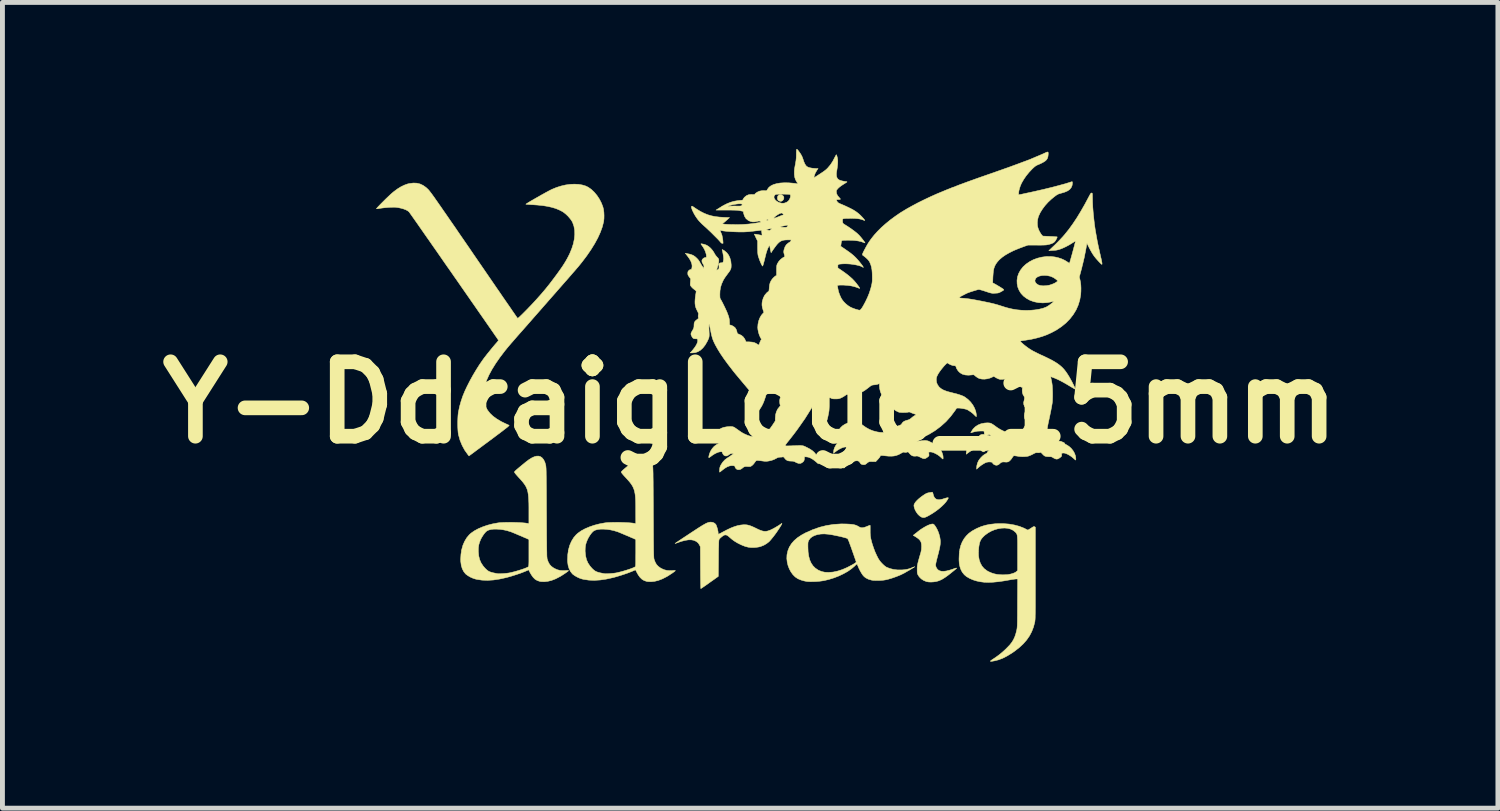
<source format=kicad_pcb>
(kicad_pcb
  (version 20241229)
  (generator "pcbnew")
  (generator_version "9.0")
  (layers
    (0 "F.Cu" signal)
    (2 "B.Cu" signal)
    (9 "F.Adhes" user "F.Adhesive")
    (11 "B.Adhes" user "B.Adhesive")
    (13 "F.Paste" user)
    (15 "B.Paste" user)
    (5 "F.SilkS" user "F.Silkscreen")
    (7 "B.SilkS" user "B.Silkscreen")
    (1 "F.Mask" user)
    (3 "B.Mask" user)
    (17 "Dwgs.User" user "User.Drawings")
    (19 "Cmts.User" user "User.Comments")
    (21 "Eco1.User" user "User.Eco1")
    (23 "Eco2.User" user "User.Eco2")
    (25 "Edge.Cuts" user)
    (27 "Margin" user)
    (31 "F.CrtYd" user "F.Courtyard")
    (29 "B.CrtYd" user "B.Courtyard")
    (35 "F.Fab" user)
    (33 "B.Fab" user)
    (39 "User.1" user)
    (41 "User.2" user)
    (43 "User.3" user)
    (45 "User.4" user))
  (footprint "Y-DdraigLogo_15mm"
    (layer "F.Cu")
    (at 12.308 5.191)
    (property "Reference" "Y-DdraigLogo_15mm" (at 0 0 0) (layer "F.SilkS") (effects (font (size 1.524 1.524) (thickness 0.3))))
    (attr through_hole)
    (fp_poly (pts (xy 0.632 -4.257) (xy 0.645 -4.252) (xy 0.672 -4.234) (xy 0.688 -4.211) (xy 0.69 -4.183) (xy 0.681 -4.156) (xy 0.662 -4.133) (xy 0.637 -4.121) (xy 0.61 -4.121) (xy 0.583 -4.132) (xy 0.576 -4.138) (xy 0.563 -4.155) (xy 0.558 -4.176) (xy 0.557 -4.184) (xy 0.561 -4.215) (xy 0.572 -4.236) (xy 0.593 -4.25) (xy 0.597 -4.252) (xy 0.616 -4.258) (xy 0.632 -4.257)) (stroke (width 0.01) (type solid)) (fill yes) (layer "F.SilkS"))
    (fp_poly (pts (xy 3.734 1.841) (xy 3.741 1.857) (xy 3.745 1.875) (xy 3.759 1.921) (xy 3.78 1.955) (xy 3.807 1.977) (xy 3.843 1.988) (xy 3.886 1.988) (xy 3.939 1.977) (xy 3.965 1.968) (xy 4.005 1.956) (xy 4.034 1.949) (xy 4.051 1.948) (xy 4.057 1.953) (xy 4.054 1.961) (xy 4.045 1.978) (xy 4.035 1.995) (xy 4.007 2.036) (xy 3.967 2.081) (xy 3.918 2.128) (xy 3.862 2.176) (xy 3.8 2.223) (xy 3.735 2.267) (xy 3.668 2.307) (xy 3.628 2.329) (xy 3.593 2.345) (xy 3.564 2.354) (xy 3.54 2.355) (xy 3.515 2.348) (xy 3.503 2.343) (xy 3.468 2.32) (xy 3.433 2.286) (xy 3.403 2.245) (xy 3.377 2.199) (xy 3.36 2.151) (xy 3.358 2.142) (xy 3.353 2.118) (xy 3.353 2.1) (xy 3.358 2.083) (xy 3.363 2.073) (xy 3.38 2.044) (xy 3.408 2.012) (xy 3.444 1.977) (xy 3.487 1.941) (xy 3.535 1.906) (xy 3.541 1.902) (xy 3.574 1.88) (xy 3.598 1.866) (xy 3.619 1.856) (xy 3.639 1.85) (xy 3.662 1.845) (xy 3.668 1.844) (xy 3.695 1.84) (xy 3.716 1.836) (xy 3.728 1.835) (xy 3.729 1.835) (xy 3.734 1.841)) (stroke (width 0.01) (type solid)) (fill yes) (layer "F.SilkS"))
    (fp_poly (pts (xy 3.75 2.489) (xy 3.768 2.503) (xy 3.787 2.528) (xy 3.808 2.561) (xy 3.829 2.6) (xy 3.848 2.643) (xy 3.864 2.687) (xy 3.873 2.72) (xy 3.883 2.76) (xy 3.889 2.796) (xy 3.893 2.832) (xy 3.893 2.868) (xy 3.89 2.908) (xy 3.883 2.952) (xy 3.872 3.004) (xy 3.858 3.065) (xy 3.839 3.137) (xy 3.838 3.14) (xy 3.826 3.187) (xy 3.815 3.23) (xy 3.806 3.269) (xy 3.8 3.299) (xy 3.796 3.32) (xy 3.796 3.326) (xy 3.8 3.352) (xy 3.812 3.382) (xy 3.815 3.388) (xy 3.838 3.419) (xy 3.869 3.441) (xy 3.909 3.453) (xy 3.957 3.456) (xy 4.014 3.449) (xy 4.082 3.432) (xy 4.148 3.411) (xy 4.182 3.398) (xy 4.205 3.391) (xy 4.219 3.388) (xy 4.225 3.388) (xy 4.225 3.392) (xy 4.225 3.393) (xy 4.219 3.399) (xy 4.204 3.413) (xy 4.18 3.433) (xy 4.151 3.457) (xy 4.117 3.484) (xy 4.103 3.496) (xy 4.041 3.544) (xy 3.987 3.582) (xy 3.939 3.612) (xy 3.894 3.635) (xy 3.851 3.652) (xy 3.808 3.664) (xy 3.801 3.665) (xy 3.752 3.672) (xy 3.7 3.675) (xy 3.653 3.673) (xy 3.613 3.666) (xy 3.612 3.666) (xy 3.554 3.643) (xy 3.503 3.61) (xy 3.461 3.568) (xy 3.435 3.528) (xy 3.428 3.512) (xy 3.423 3.497) (xy 3.42 3.477) (xy 3.419 3.451) (xy 3.419 3.415) (xy 3.419 3.392) (xy 3.419 3.372) (xy 3.421 3.353) (xy 3.423 3.333) (xy 3.428 3.31) (xy 3.434 3.283) (xy 3.442 3.251) (xy 3.453 3.21) (xy 3.467 3.16) (xy 3.485 3.099) (xy 3.495 3.066) (xy 3.506 3.008) (xy 3.509 2.949) (xy 3.507 2.903) (xy 3.5 2.865) (xy 3.485 2.832) (xy 3.461 2.803) (xy 3.427 2.775) (xy 3.382 2.745) (xy 3.38 2.744) (xy 3.338 2.718) (xy 3.428 2.647) (xy 3.478 2.608) (xy 3.53 2.574) (xy 3.58 2.544) (xy 3.627 2.519) (xy 3.67 2.501) (xy 3.706 2.49) (xy 3.735 2.486) (xy 3.75 2.489)) (stroke (width 0.01) (type solid)) (fill yes) (layer "F.SilkS"))
    (fp_poly (pts (xy -0.763 2.454) (xy -0.73 2.47) (xy -0.705 2.493) (xy -0.699 2.503) (xy -0.687 2.533) (xy -0.675 2.569) (xy -0.665 2.607) (xy -0.658 2.642) (xy -0.656 2.665) (xy -0.655 2.684) (xy -0.651 2.694) (xy -0.649 2.695) (xy -0.64 2.692) (xy -0.621 2.683) (xy -0.596 2.67) (xy -0.566 2.654) (xy -0.563 2.652) (xy -0.475 2.606) (xy -0.397 2.569) (xy -0.325 2.541) (xy -0.258 2.52) (xy -0.196 2.508) (xy -0.136 2.502) (xy -0.116 2.502) (xy -0.082 2.503) (xy -0.049 2.508) (xy -0.015 2.517) (xy 0.023 2.531) (xy 0.068 2.55) (xy 0.12 2.575) (xy 0.175 2.602) (xy 0.221 2.62) (xy 0.26 2.632) (xy 0.295 2.637) (xy 0.328 2.636) (xy 0.363 2.629) (xy 0.401 2.615) (xy 0.406 2.614) (xy 0.434 2.601) (xy 0.47 2.583) (xy 0.51 2.561) (xy 0.55 2.537) (xy 0.587 2.515) (xy 0.616 2.495) (xy 0.617 2.494) (xy 0.638 2.48) (xy 0.649 2.474) (xy 0.65 2.48) (xy 0.643 2.496) (xy 0.635 2.509) (xy 0.608 2.554) (xy 0.576 2.603) (xy 0.541 2.655) (xy 0.504 2.706) (xy 0.467 2.754) (xy 0.432 2.797) (xy 0.402 2.832) (xy 0.382 2.852) (xy 0.334 2.889) (xy 0.279 2.921) (xy 0.219 2.945) (xy 0.194 2.953) (xy 0.168 2.958) (xy 0.134 2.963) (xy 0.096 2.967) (xy 0.078 2.968) (xy 0.017 2.968) (xy -0.041 2.961) (xy -0.1 2.946) (xy -0.162 2.922) (xy -0.202 2.904) (xy -0.265 2.872) (xy -0.319 2.839) (xy -0.368 2.804) (xy -0.415 2.764) (xy -0.418 2.761) (xy -0.447 2.736) (xy -0.469 2.72) (xy -0.489 2.712) (xy -0.508 2.71) (xy -0.525 2.712) (xy -0.543 2.72) (xy -0.566 2.735) (xy -0.591 2.755) (xy -0.615 2.776) (xy -0.632 2.796) (xy -0.637 2.804) (xy -0.639 2.812) (xy -0.641 2.828) (xy -0.643 2.853) (xy -0.644 2.888) (xy -0.645 2.934) (xy -0.647 2.992) (xy -0.648 3.061) (xy -0.649 3.144) (xy -0.649 3.189) (xy -0.653 3.559) (xy -0.829 3.684) (xy -0.873 3.716) (xy -0.913 3.744) (xy -0.948 3.768) (xy -0.977 3.788) (xy -0.998 3.802) (xy -1.009 3.809) (xy -1.01 3.81) (xy -1.011 3.803) (xy -1.012 3.783) (xy -1.013 3.752) (xy -1.014 3.71) (xy -1.015 3.659) (xy -1.016 3.6) (xy -1.017 3.534) (xy -1.017 3.462) (xy -1.018 3.386) (xy -1.018 3.381) (xy -1.02 2.953) (xy -1.039 2.913) (xy -1.066 2.873) (xy -1.104 2.843) (xy -1.153 2.821) (xy -1.16 2.819) (xy -1.209 2.81) (xy -1.266 2.811) (xy -1.333 2.822) (xy -1.409 2.842) (xy -1.456 2.858) (xy -1.486 2.869) (xy -1.512 2.878) (xy -1.53 2.884) (xy -1.537 2.886) (xy -1.538 2.885) (xy -1.537 2.884) (xy -1.533 2.881) (xy -1.525 2.875) (xy -1.513 2.867) (xy -1.495 2.855) (xy -1.471 2.839) (xy -1.44 2.818) (xy -1.401 2.792) (xy -1.353 2.76) (xy -1.295 2.722) (xy -1.227 2.677) (xy -1.206 2.663) (xy -1.134 2.616) (xy -1.073 2.576) (xy -1.021 2.543) (xy -0.978 2.516) (xy -0.941 2.495) (xy -0.911 2.478) (xy -0.885 2.466) (xy -0.863 2.458) (xy -0.843 2.452) (xy -0.825 2.449) (xy -0.808 2.448) (xy -0.802 2.448) (xy -0.763 2.454)) (stroke (width 0.01) (type solid)) (fill yes) (layer "F.SilkS"))
    (fp_poly (pts (xy 5.185 2.479) (xy 5.3 2.488) (xy 5.409 2.507) (xy 5.51 2.534) (xy 5.602 2.57) (xy 5.626 2.582) (xy 5.651 2.595) (xy 5.672 2.605) (xy 5.684 2.61) (xy 5.686 2.611) (xy 5.693 2.607) (xy 5.71 2.597) (xy 5.732 2.583) (xy 5.75 2.572) (xy 5.777 2.554) (xy 5.796 2.543) (xy 5.808 2.539) (xy 5.816 2.539) (xy 5.824 2.543) (xy 5.838 2.552) (xy 5.838 3.493) (xy 5.838 3.628) (xy 5.838 3.75) (xy 5.838 3.859) (xy 5.838 3.956) (xy 5.838 4.042) (xy 5.838 4.118) (xy 5.838 4.184) (xy 5.837 4.241) (xy 5.837 4.29) (xy 5.836 4.332) (xy 5.835 4.367) (xy 5.835 4.396) (xy 5.834 4.421) (xy 5.833 4.44) (xy 5.831 4.457) (xy 5.83 4.47) (xy 5.829 4.481) (xy 5.827 4.491) (xy 5.826 4.496) (xy 5.8 4.596) (xy 5.764 4.689) (xy 5.718 4.777) (xy 5.66 4.86) (xy 5.59 4.94) (xy 5.508 5.016) (xy 5.412 5.091) (xy 5.354 5.131) (xy 5.259 5.189) (xy 5.169 5.235) (xy 5.081 5.268) (xy 5.002 5.288) (xy 4.961 5.295) (xy 4.934 5.299) (xy 4.919 5.298) (xy 4.918 5.293) (xy 4.929 5.282) (xy 4.953 5.265) (xy 4.985 5.244) (xy 5.052 5.198) (xy 5.111 5.154) (xy 5.167 5.107) (xy 5.224 5.055) (xy 5.263 5.016) (xy 5.316 4.961) (xy 5.358 4.907) (xy 5.391 4.853) (xy 5.418 4.794) (xy 5.44 4.727) (xy 5.455 4.667) (xy 5.458 4.653) (xy 5.461 4.639) (xy 5.463 4.625) (xy 5.465 4.61) (xy 5.466 4.591) (xy 5.468 4.569) (xy 5.469 4.541) (xy 5.47 4.507) (xy 5.471 4.466) (xy 5.471 4.417) (xy 5.472 4.357) (xy 5.472 4.288) (xy 5.473 4.206) (xy 5.473 4.112) (xy 5.473 4.105) (xy 5.476 3.612) (xy 5.442 3.612) (xy 5.422 3.614) (xy 5.392 3.618) (xy 5.356 3.623) (xy 5.318 3.63) (xy 5.316 3.63) (xy 5.191 3.652) (xy 5.077 3.668) (xy 4.973 3.678) (xy 4.878 3.682) (xy 4.791 3.679) (xy 4.711 3.669) (xy 4.636 3.653) (xy 4.565 3.631) (xy 4.497 3.602) (xy 4.495 3.601) (xy 4.433 3.566) (xy 4.384 3.525) (xy 4.345 3.477) (xy 4.321 3.435) (xy 4.302 3.388) (xy 4.289 3.342) (xy 4.28 3.29) (xy 4.276 3.231) (xy 4.276 3.193) (xy 4.28 3.093) (xy 4.285 3.052) (xy 4.673 3.052) (xy 4.675 3.139) (xy 4.688 3.218) (xy 4.712 3.288) (xy 4.746 3.349) (xy 4.79 3.4) (xy 4.845 3.442) (xy 4.882 3.463) (xy 4.942 3.489) (xy 4.999 3.507) (xy 5.057 3.519) (xy 5.121 3.525) (xy 5.172 3.527) (xy 5.208 3.526) (xy 5.245 3.525) (xy 5.277 3.522) (xy 5.285 3.521) (xy 5.338 3.51) (xy 5.385 3.496) (xy 5.423 3.48) (xy 5.45 3.462) (xy 5.451 3.461) (xy 5.475 3.438) (xy 5.475 3.089) (xy 5.475 3.005) (xy 5.475 2.934) (xy 5.475 2.875) (xy 5.474 2.826) (xy 5.472 2.786) (xy 5.47 2.754) (xy 5.468 2.729) (xy 5.464 2.709) (xy 5.459 2.694) (xy 5.453 2.681) (xy 5.445 2.671) (xy 5.437 2.66) (xy 5.427 2.651) (xy 5.384 2.616) (xy 5.333 2.591) (xy 5.275 2.575) (xy 5.211 2.569) (xy 5.144 2.572) (xy 5.075 2.583) (xy 5.005 2.603) (xy 4.937 2.631) (xy 4.872 2.667) (xy 4.811 2.711) (xy 4.786 2.733) (xy 4.754 2.766) (xy 4.729 2.798) (xy 4.711 2.831) (xy 4.697 2.871) (xy 4.687 2.919) (xy 4.681 2.956) (xy 4.673 3.052) (xy 4.285 3.052) (xy 4.292 3.004) (xy 4.312 2.925) (xy 4.341 2.854) (xy 4.343 2.85) (xy 4.38 2.786) (xy 4.425 2.729) (xy 4.477 2.678) (xy 4.54 2.632) (xy 4.615 2.59) (xy 4.645 2.575) (xy 4.73 2.539) (xy 4.818 2.512) (xy 4.912 2.493) (xy 5.013 2.482) (xy 5.066 2.479) (xy 5.185 2.479)) (stroke (width 0.01) (type solid)) (fill yes) (layer "F.SilkS"))
    (fp_poly (pts (xy 1.961 2.486) (xy 2.024 2.489) (xy 2.075 2.493) (xy 2.117 2.499) (xy 2.152 2.508) (xy 2.182 2.519) (xy 2.21 2.534) (xy 2.217 2.538) (xy 2.246 2.554) (xy 2.274 2.562) (xy 2.302 2.563) (xy 2.336 2.556) (xy 2.377 2.542) (xy 2.388 2.537) (xy 2.415 2.526) (xy 2.438 2.518) (xy 2.452 2.513) (xy 2.455 2.512) (xy 2.456 2.518) (xy 2.457 2.537) (xy 2.457 2.564) (xy 2.457 2.597) (xy 2.457 2.606) (xy 2.457 2.672) (xy 2.461 2.732) (xy 2.471 2.791) (xy 2.487 2.855) (xy 2.499 2.896) (xy 2.527 2.98) (xy 2.557 3.059) (xy 2.59 3.131) (xy 2.622 3.194) (xy 2.646 3.231) (xy 2.667 3.259) (xy 2.694 3.289) (xy 2.724 3.319) (xy 2.753 3.345) (xy 2.778 3.363) (xy 2.787 3.369) (xy 2.856 3.397) (xy 2.934 3.417) (xy 3.018 3.427) (xy 3.104 3.427) (xy 3.162 3.422) (xy 3.212 3.414) (xy 3.257 3.402) (xy 3.305 3.385) (xy 3.318 3.379) (xy 3.342 3.37) (xy 3.36 3.363) (xy 3.369 3.36) (xy 3.37 3.361) (xy 3.365 3.365) (xy 3.35 3.375) (xy 3.327 3.389) (xy 3.299 3.406) (xy 3.267 3.426) (xy 3.233 3.445) (xy 3.2 3.464) (xy 3.171 3.481) (xy 3.154 3.491) (xy 3.079 3.528) (xy 2.995 3.562) (xy 2.907 3.593) (xy 2.82 3.619) (xy 2.766 3.631) (xy 2.725 3.637) (xy 2.677 3.641) (xy 2.625 3.643) (xy 2.573 3.643) (xy 2.526 3.641) (xy 2.488 3.636) (xy 2.48 3.634) (xy 2.419 3.616) (xy 2.368 3.59) (xy 2.336 3.566) (xy 2.309 3.537) (xy 2.281 3.496) (xy 2.252 3.446) (xy 2.223 3.388) (xy 2.197 3.326) (xy 2.193 3.317) (xy 2.19 3.31) (xy 2.185 3.307) (xy 2.178 3.311) (xy 2.165 3.321) (xy 2.145 3.34) (xy 2.136 3.35) (xy 2.072 3.404) (xy 1.996 3.457) (xy 1.91 3.505) (xy 1.816 3.55) (xy 1.716 3.589) (xy 1.613 3.621) (xy 1.517 3.644) (xy 1.469 3.652) (xy 1.414 3.659) (xy 1.354 3.664) (xy 1.295 3.666) (xy 1.238 3.667) (xy 1.189 3.665) (xy 1.154 3.662) (xy 1.097 3.65) (xy 1.04 3.633) (xy 0.989 3.612) (xy 0.972 3.604) (xy 0.921 3.569) (xy 0.875 3.523) (xy 0.835 3.468) (xy 0.801 3.405) (xy 0.775 3.337) (xy 0.758 3.266) (xy 0.75 3.194) (xy 0.753 3.122) (xy 0.755 3.108) (xy 0.773 3.03) (xy 0.803 2.957) (xy 0.815 2.939) (xy 1.182 2.939) (xy 1.182 2.963) (xy 1.186 3.061) (xy 1.199 3.147) (xy 1.219 3.222) (xy 1.248 3.287) (xy 1.286 3.343) (xy 1.333 3.39) (xy 1.389 3.428) (xy 1.407 3.437) (xy 1.464 3.46) (xy 1.528 3.474) (xy 1.599 3.477) (xy 1.68 3.472) (xy 1.71 3.468) (xy 1.796 3.449) (xy 1.888 3.419) (xy 1.985 3.377) (xy 2.085 3.325) (xy 2.106 3.313) (xy 2.137 3.294) (xy 2.157 3.28) (xy 2.168 3.27) (xy 2.17 3.262) (xy 2.17 3.261) (xy 2.167 3.252) (xy 2.16 3.231) (xy 2.149 3.2) (xy 2.135 3.16) (xy 2.119 3.114) (xy 2.101 3.063) (xy 2.086 3.02) (xy 2.064 2.957) (xy 2.045 2.907) (xy 2.031 2.867) (xy 2.019 2.836) (xy 2.009 2.814) (xy 2.002 2.799) (xy 1.995 2.789) (xy 1.99 2.784) (xy 1.989 2.783) (xy 1.969 2.775) (xy 1.937 2.766) (xy 1.896 2.755) (xy 1.849 2.743) (xy 1.797 2.732) (xy 1.743 2.721) (xy 1.69 2.71) (xy 1.641 2.702) (xy 1.596 2.695) (xy 1.592 2.695) (xy 1.516 2.689) (xy 1.444 2.692) (xy 1.378 2.703) (xy 1.32 2.721) (xy 1.27 2.746) (xy 1.23 2.778) (xy 1.202 2.816) (xy 1.201 2.817) (xy 1.194 2.832) (xy 1.189 2.845) (xy 1.185 2.859) (xy 1.183 2.878) (xy 1.182 2.903) (xy 1.182 2.939) (xy 0.815 2.939) (xy 0.845 2.89) (xy 0.9 2.827) (xy 0.968 2.768) (xy 1.049 2.714) (xy 1.135 2.667) (xy 1.277 2.604) (xy 1.419 2.554) (xy 1.562 2.518) (xy 1.708 2.495) (xy 1.857 2.485) (xy 1.961 2.486)) (stroke (width 0.01) (type solid)) (fill yes) (layer "F.SilkS"))
    (fp_poly (pts (xy -4.295 1.107) (xy -4.294 1.107) (xy -4.259 1.132) (xy -4.229 1.169) (xy -4.204 1.219) (xy -4.187 1.277) (xy -4.185 1.286) (xy -4.183 1.296) (xy -4.182 1.307) (xy -4.181 1.322) (xy -4.179 1.34) (xy -4.178 1.363) (xy -4.177 1.39) (xy -4.176 1.424) (xy -4.176 1.463) (xy -4.175 1.511) (xy -4.174 1.566) (xy -4.174 1.63) (xy -4.173 1.704) (xy -4.172 1.788) (xy -4.172 1.883) (xy -4.171 1.99) (xy -4.171 2.109) (xy -4.17 2.242) (xy -4.17 2.251) (xy -4.169 2.385) (xy -4.169 2.505) (xy -4.168 2.613) (xy -4.168 2.709) (xy -4.167 2.794) (xy -4.166 2.869) (xy -4.166 2.933) (xy -4.165 2.989) (xy -4.164 3.036) (xy -4.163 3.076) (xy -4.163 3.109) (xy -4.162 3.136) (xy -4.161 3.158) (xy -4.159 3.175) (xy -4.158 3.188) (xy -4.157 3.198) (xy -4.155 3.206) (xy -4.154 3.209) (xy -4.133 3.267) (xy -4.106 3.314) (xy -4.072 3.352) (xy -4.028 3.384) (xy -4.002 3.399) (xy -3.948 3.423) (xy -3.893 3.437) (xy -3.831 3.441) (xy -3.791 3.44) (xy -3.761 3.438) (xy -3.737 3.438) (xy -3.722 3.439) (xy -3.718 3.441) (xy -3.724 3.448) (xy -3.74 3.461) (xy -3.763 3.478) (xy -3.792 3.498) (xy -3.824 3.519) (xy -3.858 3.541) (xy -3.89 3.561) (xy -3.904 3.568) (xy -3.985 3.61) (xy -4.066 3.641) (xy -4.144 3.66) (xy -4.217 3.668) (xy -4.286 3.665) (xy -4.315 3.659) (xy -4.362 3.642) (xy -4.405 3.616) (xy -4.443 3.578) (xy -4.479 3.528) (xy -4.507 3.48) (xy -4.534 3.425) (xy -4.604 3.455) (xy -4.649 3.473) (xy -4.704 3.494) (xy -4.766 3.515) (xy -4.831 3.536) (xy -4.895 3.556) (xy -4.955 3.573) (xy -4.996 3.584) (xy -5.132 3.614) (xy -5.259 3.633) (xy -5.378 3.64) (xy -5.489 3.636) (xy -5.591 3.621) (xy -5.63 3.612) (xy -5.68 3.595) (xy -5.731 3.572) (xy -5.777 3.545) (xy -5.816 3.517) (xy -5.828 3.506) (xy -5.866 3.458) (xy -5.895 3.4) (xy -5.915 3.333) (xy -5.925 3.257) (xy -5.927 3.211) (xy -5.921 3.108) (xy -5.91 3.036) (xy -5.566 3.036) (xy -5.565 3.057) (xy -5.557 3.141) (xy -5.538 3.217) (xy -5.508 3.285) (xy -5.466 3.348) (xy -5.426 3.394) (xy -5.401 3.418) (xy -5.379 3.437) (xy -5.356 3.453) (xy -5.33 3.465) (xy -5.298 3.476) (xy -5.259 3.486) (xy -5.209 3.496) (xy -5.179 3.502) (xy -5.156 3.504) (xy -5.123 3.505) (xy -5.082 3.503) (xy -5.038 3.5) (xy -4.993 3.496) (xy -4.952 3.491) (xy -4.922 3.486) (xy -4.879 3.476) (xy -4.831 3.464) (xy -4.781 3.45) (xy -4.73 3.435) (xy -4.681 3.419) (xy -4.636 3.404) (xy -4.597 3.389) (xy -4.566 3.376) (xy -4.546 3.365) (xy -4.54 3.361) (xy -4.538 3.357) (xy -4.535 3.348) (xy -4.534 3.335) (xy -4.532 3.316) (xy -4.531 3.289) (xy -4.53 3.253) (xy -4.53 3.207) (xy -4.53 3.15) (xy -4.53 3.08) (xy -4.53 2.803) (xy -4.697 2.73) (xy -4.746 2.71) (xy -4.792 2.69) (xy -4.835 2.672) (xy -4.872 2.657) (xy -4.899 2.646) (xy -4.913 2.642) (xy -4.981 2.621) (xy -5.051 2.606) (xy -5.121 2.596) (xy -5.188 2.592) (xy -5.25 2.592) (xy -5.305 2.598) (xy -5.352 2.61) (xy -5.388 2.627) (xy -5.39 2.628) (xy -5.415 2.65) (xy -5.442 2.681) (xy -5.47 2.72) (xy -5.496 2.762) (xy -5.517 2.801) (xy -5.54 2.859) (xy -5.556 2.914) (xy -5.564 2.972) (xy -5.566 3.036) (xy -5.91 3.036) (xy -5.906 3.011) (xy -5.881 2.922) (xy -5.846 2.841) (xy -5.802 2.768) (xy -5.75 2.706) (xy -5.714 2.674) (xy -5.647 2.627) (xy -5.568 2.584) (xy -5.479 2.546) (xy -5.381 2.512) (xy -5.277 2.485) (xy -5.171 2.465) (xy -5.127 2.459) (xy -5.072 2.456) (xy -5.008 2.454) (xy -4.938 2.453) (xy -4.866 2.453) (xy -4.793 2.455) (xy -4.723 2.458) (xy -4.658 2.462) (xy -4.601 2.467) (xy -4.556 2.474) (xy -4.53 2.478) (xy -4.53 2.246) (xy -4.53 2.15) (xy -4.531 2.066) (xy -4.534 1.994) (xy -4.538 1.931) (xy -4.544 1.876) (xy -4.552 1.828) (xy -4.563 1.786) (xy -4.578 1.747) (xy -4.596 1.71) (xy -4.619 1.675) (xy -4.646 1.638) (xy -4.678 1.6) (xy -4.715 1.558) (xy -4.727 1.546) (xy -4.761 1.508) (xy -4.787 1.479) (xy -4.805 1.457) (xy -4.817 1.442) (xy -4.824 1.431) (xy -4.826 1.424) (xy -4.825 1.418) (xy -4.824 1.415) (xy -4.814 1.404) (xy -4.793 1.384) (xy -4.763 1.358) (xy -4.724 1.325) (xy -4.677 1.286) (xy -4.623 1.242) (xy -4.597 1.22) (xy -4.532 1.171) (xy -4.473 1.134) (xy -4.421 1.11) (xy -4.374 1.097) (xy -4.332 1.096) (xy -4.295 1.107)) (stroke (width 0.01) (type solid)) (fill yes) (layer "F.SilkS"))
    (fp_poly (pts (xy -2.108 1.107) (xy -2.107 1.107) (xy -2.071 1.132) (xy -2.041 1.169) (xy -2.017 1.219) (xy -2 1.277) (xy -1.998 1.286) (xy -1.996 1.296) (xy -1.995 1.307) (xy -1.993 1.322) (xy -1.992 1.34) (xy -1.991 1.363) (xy -1.99 1.39) (xy -1.989 1.424) (xy -1.988 1.463) (xy -1.988 1.511) (xy -1.987 1.566) (xy -1.986 1.63) (xy -1.986 1.704) (xy -1.985 1.788) (xy -1.985 1.883) (xy -1.984 1.99) (xy -1.983 2.109) (xy -1.983 2.242) (xy -1.983 2.251) (xy -1.982 2.385) (xy -1.981 2.505) (xy -1.981 2.613) (xy -1.98 2.709) (xy -1.98 2.794) (xy -1.979 2.869) (xy -1.978 2.933) (xy -1.978 2.989) (xy -1.977 3.036) (xy -1.976 3.076) (xy -1.975 3.109) (xy -1.974 3.136) (xy -1.973 3.158) (xy -1.972 3.175) (xy -1.971 3.188) (xy -1.969 3.198) (xy -1.968 3.206) (xy -1.967 3.209) (xy -1.945 3.267) (xy -1.919 3.314) (xy -1.884 3.352) (xy -1.841 3.384) (xy -1.815 3.399) (xy -1.761 3.423) (xy -1.705 3.437) (xy -1.644 3.441) (xy -1.603 3.44) (xy -1.573 3.438) (xy -1.549 3.438) (xy -1.535 3.439) (xy -1.531 3.441) (xy -1.537 3.448) (xy -1.552 3.461) (xy -1.576 3.478) (xy -1.604 3.498) (xy -1.637 3.519) (xy -1.67 3.541) (xy -1.703 3.561) (xy -1.716 3.568) (xy -1.798 3.61) (xy -1.879 3.641) (xy -1.956 3.66) (xy -2.03 3.668) (xy -2.099 3.665) (xy -2.128 3.659) (xy -2.175 3.642) (xy -2.217 3.616) (xy -2.256 3.578) (xy -2.292 3.528) (xy -2.319 3.48) (xy -2.347 3.425) (xy -2.417 3.455) (xy -2.462 3.473) (xy -2.517 3.494) (xy -2.579 3.515) (xy -2.643 3.536) (xy -2.708 3.556) (xy -2.767 3.573) (xy -2.808 3.584) (xy -2.944 3.614) (xy -3.072 3.633) (xy -3.191 3.64) (xy -3.301 3.636) (xy -3.403 3.621) (xy -3.443 3.612) (xy -3.493 3.595) (xy -3.543 3.572) (xy -3.59 3.545) (xy -3.629 3.517) (xy -3.641 3.506) (xy -3.679 3.458) (xy -3.708 3.4) (xy -3.728 3.333) (xy -3.738 3.257) (xy -3.739 3.211) (xy -3.734 3.108) (xy -3.723 3.036) (xy -3.379 3.036) (xy -3.378 3.057) (xy -3.369 3.141) (xy -3.351 3.217) (xy -3.321 3.285) (xy -3.279 3.348) (xy -3.239 3.394) (xy -3.214 3.418) (xy -3.191 3.437) (xy -3.168 3.453) (xy -3.142 3.465) (xy -3.111 3.476) (xy -3.072 3.486) (xy -3.022 3.496) (xy -2.992 3.502) (xy -2.969 3.504) (xy -2.935 3.505) (xy -2.895 3.503) (xy -2.851 3.5) (xy -2.806 3.496) (xy -2.765 3.491) (xy -2.735 3.486) (xy -2.692 3.476) (xy -2.644 3.464) (xy -2.594 3.45) (xy -2.543 3.435) (xy -2.494 3.419) (xy -2.449 3.404) (xy -2.41 3.389) (xy -2.379 3.376) (xy -2.359 3.365) (xy -2.353 3.361) (xy -2.35 3.357) (xy -2.348 3.348) (xy -2.346 3.335) (xy -2.345 3.316) (xy -2.344 3.289) (xy -2.343 3.253) (xy -2.343 3.207) (xy -2.343 3.15) (xy -2.342 3.08) (xy -2.342 2.803) (xy -2.51 2.73) (xy -2.558 2.71) (xy -2.605 2.69) (xy -2.648 2.672) (xy -2.684 2.657) (xy -2.712 2.646) (xy -2.725 2.642) (xy -2.794 2.621) (xy -2.864 2.606) (xy -2.934 2.596) (xy -3 2.592) (xy -3.063 2.592) (xy -3.118 2.598) (xy -3.165 2.61) (xy -3.201 2.627) (xy -3.203 2.628) (xy -3.228 2.65) (xy -3.255 2.681) (xy -3.283 2.72) (xy -3.309 2.762) (xy -3.329 2.801) (xy -3.353 2.859) (xy -3.369 2.914) (xy -3.377 2.972) (xy -3.379 3.036) (xy -3.723 3.036) (xy -3.719 3.011) (xy -3.694 2.922) (xy -3.659 2.841) (xy -3.615 2.768) (xy -3.562 2.706) (xy -3.526 2.674) (xy -3.46 2.627) (xy -3.381 2.584) (xy -3.292 2.546) (xy -3.194 2.512) (xy -3.09 2.485) (xy -2.984 2.465) (xy -2.94 2.459) (xy -2.885 2.456) (xy -2.821 2.454) (xy -2.751 2.453) (xy -2.679 2.453) (xy -2.606 2.455) (xy -2.536 2.458) (xy -2.471 2.462) (xy -2.414 2.467) (xy -2.369 2.474) (xy -2.342 2.478) (xy -2.343 2.246) (xy -2.343 2.15) (xy -2.344 2.066) (xy -2.346 1.994) (xy -2.35 1.931) (xy -2.356 1.876) (xy -2.365 1.828) (xy -2.376 1.786) (xy -2.391 1.747) (xy -2.409 1.71) (xy -2.431 1.675) (xy -2.458 1.638) (xy -2.49 1.6) (xy -2.528 1.558) (xy -2.539 1.546) (xy -2.574 1.508) (xy -2.6 1.479) (xy -2.618 1.457) (xy -2.63 1.442) (xy -2.637 1.431) (xy -2.639 1.424) (xy -2.638 1.418) (xy -2.636 1.415) (xy -2.626 1.404) (xy -2.606 1.384) (xy -2.576 1.358) (xy -2.537 1.325) (xy -2.49 1.286) (xy -2.436 1.242) (xy -2.409 1.22) (xy -2.345 1.171) (xy -2.286 1.134) (xy -2.234 1.11) (xy -2.187 1.097) (xy -2.145 1.096) (xy -2.108 1.107)) (stroke (width 0.01) (type solid)) (fill yes) (layer "F.SilkS"))
    (fp_poly (pts (xy -6.825 -4.491) (xy -6.759 -4.475) (xy -6.697 -4.446) (xy -6.637 -4.404) (xy -6.597 -4.367) (xy -6.589 -4.359) (xy -6.581 -4.35) (xy -6.571 -4.338) (xy -6.56 -4.324) (xy -6.547 -4.307) (xy -6.531 -4.286) (xy -6.513 -4.262) (xy -6.492 -4.233) (xy -6.467 -4.199) (xy -6.44 -4.159) (xy -6.408 -4.114) (xy -6.372 -4.062) (xy -6.331 -4.004) (xy -6.286 -3.938) (xy -6.235 -3.865) (xy -6.179 -3.784) (xy -6.117 -3.694) (xy -6.048 -3.595) (xy -5.974 -3.486) (xy -5.892 -3.367) (xy -5.803 -3.238) (xy -5.707 -3.098) (xy -5.656 -3.023) (xy -5.573 -2.902) (xy -5.491 -2.783) (xy -5.412 -2.668) (xy -5.336 -2.557) (xy -5.263 -2.451) (xy -5.194 -2.35) (xy -5.128 -2.255) (xy -5.067 -2.165) (xy -5.01 -2.083) (xy -4.958 -2.008) (xy -4.911 -1.94) (xy -4.871 -1.881) (xy -4.836 -1.831) (xy -4.808 -1.79) (xy -4.786 -1.759) (xy -4.772 -1.739) (xy -4.765 -1.729) (xy -4.765 -1.729) (xy -4.761 -1.727) (xy -4.755 -1.728) (xy -4.747 -1.733) (xy -4.734 -1.743) (xy -4.717 -1.759) (xy -4.693 -1.782) (xy -4.662 -1.812) (xy -4.624 -1.85) (xy -4.587 -1.887) (xy -4.476 -2.002) (xy -4.375 -2.111) (xy -4.28 -2.218) (xy -4.189 -2.325) (xy -4.101 -2.435) (xy -4.013 -2.551) (xy -4.008 -2.558) (xy -3.945 -2.643) (xy -3.89 -2.72) (xy -3.842 -2.789) (xy -3.801 -2.853) (xy -3.765 -2.913) (xy -3.734 -2.97) (xy -3.705 -3.027) (xy -3.697 -3.043) (xy -3.653 -3.149) (xy -3.62 -3.251) (xy -3.6 -3.349) (xy -3.591 -3.442) (xy -3.594 -3.53) (xy -3.609 -3.612) (xy -3.636 -3.688) (xy -3.645 -3.706) (xy -3.667 -3.74) (xy -3.697 -3.778) (xy -3.732 -3.818) (xy -3.771 -3.855) (xy -3.809 -3.886) (xy -3.84 -3.908) (xy -3.906 -3.942) (xy -3.978 -3.972) (xy -4.057 -3.996) (xy -4.145 -4.016) (xy -4.243 -4.032) (xy -4.353 -4.043) (xy -4.452 -4.05) (xy -4.494 -4.052) (xy -4.532 -4.055) (xy -4.562 -4.057) (xy -4.582 -4.059) (xy -4.592 -4.06) (xy -4.592 -4.06) (xy -4.587 -4.065) (xy -4.572 -4.075) (xy -4.547 -4.091) (xy -4.514 -4.111) (xy -4.475 -4.134) (xy -4.43 -4.16) (xy -4.383 -4.187) (xy -4.333 -4.215) (xy -4.283 -4.244) (xy -4.234 -4.271) (xy -4.188 -4.297) (xy -4.145 -4.32) (xy -4.108 -4.34) (xy -4.078 -4.355) (xy -4.06 -4.364) (xy -3.968 -4.402) (xy -3.874 -4.432) (xy -3.781 -4.454) (xy -3.688 -4.467) (xy -3.599 -4.471) (xy -3.515 -4.467) (xy -3.437 -4.454) (xy -3.367 -4.433) (xy -3.316 -4.408) (xy -3.252 -4.363) (xy -3.192 -4.306) (xy -3.136 -4.239) (xy -3.087 -4.165) (xy -3.046 -4.085) (xy -3.016 -4.008) (xy -3.003 -3.956) (xy -2.995 -3.896) (xy -2.992 -3.832) (xy -2.993 -3.768) (xy -2.999 -3.71) (xy -3.002 -3.696) (xy -3.028 -3.594) (xy -3.067 -3.487) (xy -3.118 -3.374) (xy -3.182 -3.256) (xy -3.258 -3.133) (xy -3.345 -3.006) (xy -3.445 -2.874) (xy -3.53 -2.769) (xy -3.544 -2.754) (xy -3.566 -2.728) (xy -3.596 -2.693) (xy -3.634 -2.65) (xy -3.678 -2.599) (xy -3.728 -2.541) (xy -3.785 -2.477) (xy -3.846 -2.407) (xy -3.911 -2.333) (xy -3.98 -2.254) (xy -4.052 -2.172) (xy -4.126 -2.088) (xy -4.202 -2.001) (xy -4.212 -1.99) (xy -4.308 -1.88) (xy -4.396 -1.78) (xy -4.475 -1.69) (xy -4.546 -1.609) (xy -4.61 -1.536) (xy -4.667 -1.471) (xy -4.718 -1.414) (xy -4.763 -1.363) (xy -4.802 -1.318) (xy -4.836 -1.279) (xy -4.865 -1.245) (xy -4.891 -1.216) (xy -4.912 -1.191) (xy -4.931 -1.169) (xy -4.947 -1.15) (xy -4.961 -1.134) (xy -4.973 -1.119) (xy -4.984 -1.106) (xy -4.994 -1.093) (xy -5.004 -1.08) (xy -5.015 -1.068) (xy -5.026 -1.054) (xy -5.028 -1.051) (xy -5.126 -0.922) (xy -5.212 -0.798) (xy -5.286 -0.679) (xy -5.347 -0.566) (xy -5.395 -0.458) (xy -5.43 -0.356) (xy -5.451 -0.271) (xy -5.457 -0.226) (xy -5.459 -0.173) (xy -5.459 -0.118) (xy -5.456 -0.064) (xy -5.449 -0.016) (xy -5.443 0.011) (xy -5.417 0.085) (xy -5.378 0.154) (xy -5.328 0.219) (xy -5.265 0.279) (xy -5.19 0.334) (xy -5.101 0.387) (xy -5.044 0.415) (xy -5.011 0.431) (xy -4.98 0.445) (xy -4.956 0.456) (xy -4.941 0.463) (xy -4.939 0.463) (xy -4.936 0.465) (xy -4.935 0.466) (xy -4.935 0.469) (xy -4.938 0.473) (xy -4.943 0.479) (xy -4.952 0.487) (xy -4.964 0.498) (xy -4.981 0.512) (xy -5.004 0.53) (xy -5.032 0.551) (xy -5.066 0.578) (xy -5.107 0.609) (xy -5.155 0.645) (xy -5.211 0.687) (xy -5.276 0.736) (xy -5.35 0.791) (xy -5.434 0.853) (xy -5.528 0.923) (xy -5.621 0.992) (xy -5.757 1.093) (xy -5.781 1.063) (xy -5.844 0.975) (xy -5.897 0.877) (xy -5.94 0.773) (xy -5.97 0.666) (xy -5.973 0.653) (xy -5.979 0.615) (xy -5.983 0.567) (xy -5.986 0.511) (xy -5.987 0.45) (xy -5.987 0.387) (xy -5.985 0.326) (xy -5.982 0.27) (xy -5.977 0.221) (xy -5.973 0.194) (xy -5.95 0.083) (xy -5.92 -0.024) (xy -5.884 -0.131) (xy -5.839 -0.24) (xy -5.793 -0.337) (xy -5.735 -0.45) (xy -5.673 -0.562) (xy -5.608 -0.671) (xy -5.543 -0.774) (xy -5.478 -0.868) (xy -5.445 -0.914) (xy -5.415 -0.952) (xy -5.382 -0.995) (xy -5.345 -1.04) (xy -5.308 -1.086) (xy -5.272 -1.13) (xy -5.239 -1.169) (xy -5.211 -1.202) (xy -5.193 -1.222) (xy -5.17 -1.249) (xy -5.157 -1.268) (xy -5.155 -1.278) (xy -5.155 -1.279) (xy -5.161 -1.288) (xy -5.175 -1.308) (xy -5.195 -1.338) (xy -5.223 -1.377) (xy -5.256 -1.426) (xy -5.296 -1.483) (xy -5.34 -1.547) (xy -5.39 -1.619) (xy -5.444 -1.697) (xy -5.502 -1.78) (xy -5.564 -1.869) (xy -5.629 -1.963) (xy -5.697 -2.06) (xy -5.766 -2.16) (xy -5.838 -2.263) (xy -5.911 -2.368) (xy -5.985 -2.475) (xy -6.06 -2.582) (xy -6.134 -2.689) (xy -6.209 -2.795) (xy -6.282 -2.9) (xy -6.354 -3.004) (xy -6.424 -3.105) (xy -6.493 -3.203) (xy -6.558 -3.297) (xy -6.621 -3.386) (xy -6.68 -3.471) (xy -6.735 -3.55) (xy -6.786 -3.623) (xy -6.832 -3.689) (xy -6.873 -3.747) (xy -6.908 -3.797) (xy -6.937 -3.838) (xy -6.96 -3.87) (xy -6.975 -3.892) (xy -6.983 -3.903) (xy -6.984 -3.904) (xy -7.011 -3.925) (xy -7.049 -3.946) (xy -7.097 -3.964) (xy -7.15 -3.979) (xy -7.207 -3.991) (xy -7.261 -3.998) (xy -7.294 -3.999) (xy -7.337 -3.998) (xy -7.387 -3.996) (xy -7.441 -3.992) (xy -7.494 -3.987) (xy -7.543 -3.981) (xy -7.583 -3.975) (xy -7.611 -3.97) (xy -7.634 -3.967) (xy -7.648 -3.967) (xy -7.65 -3.967) (xy -7.648 -3.973) (xy -7.637 -3.987) (xy -7.619 -4.007) (xy -7.593 -4.034) (xy -7.563 -4.065) (xy -7.529 -4.099) (xy -7.493 -4.135) (xy -7.456 -4.172) (xy -7.419 -4.207) (xy -7.383 -4.241) (xy -7.351 -4.271) (xy -7.322 -4.296) (xy -7.299 -4.315) (xy -7.297 -4.317) (xy -7.22 -4.374) (xy -7.147 -4.419) (xy -7.078 -4.452) (xy -7.011 -4.476) (xy -6.973 -4.484) (xy -6.896 -4.494) (xy -6.825 -4.491)) (stroke (width 0.01) (type solid)) (fill yes) (layer "F.SilkS"))
    (fp_poly (pts (xy 0.966 -5.179) (xy 0.981 -5.162) (xy 1.002 -5.133) (xy 1.007 -5.127) (xy 1.031 -5.092) (xy 1.048 -5.063) (xy 1.062 -5.036) (xy 1.074 -5.005) (xy 1.083 -4.979) (xy 1.101 -4.926) (xy 1.119 -4.886) (xy 1.138 -4.855) (xy 1.159 -4.833) (xy 1.186 -4.818) (xy 1.22 -4.807) (xy 1.262 -4.799) (xy 1.277 -4.797) (xy 1.308 -4.794) (xy 1.339 -4.792) (xy 1.356 -4.791) (xy 1.39 -4.791) (xy 1.363 -4.75) (xy 1.333 -4.699) (xy 1.315 -4.65) (xy 1.309 -4.627) (xy 1.305 -4.6) (xy 1.367 -4.64) (xy 1.418 -4.673) (xy 1.459 -4.7) (xy 1.492 -4.722) (xy 1.517 -4.74) (xy 1.538 -4.756) (xy 1.555 -4.77) (xy 1.571 -4.785) (xy 1.586 -4.8) (xy 1.588 -4.802) (xy 1.643 -4.867) (xy 1.692 -4.942) (xy 1.732 -5.019) (xy 1.747 -5.048) (xy 1.757 -5.065) (xy 1.763 -5.073) (xy 1.767 -5.071) (xy 1.768 -5.069) (xy 1.774 -5.051) (xy 1.778 -5.038) (xy 1.787 -5.004) (xy 1.792 -4.966) (xy 1.793 -4.922) (xy 1.79 -4.871) (xy 1.783 -4.811) (xy 1.772 -4.739) (xy 1.771 -4.738) (xy 1.765 -4.694) (xy 1.765 -4.659) (xy 1.769 -4.627) (xy 1.772 -4.618) (xy 1.783 -4.591) (xy 1.801 -4.571) (xy 1.828 -4.554) (xy 1.867 -4.541) (xy 1.883 -4.537) (xy 1.913 -4.531) (xy 1.94 -4.526) (xy 1.96 -4.523) (xy 1.964 -4.523) (xy 1.978 -4.521) (xy 1.983 -4.517) (xy 1.977 -4.512) (xy 1.961 -4.501) (xy 1.938 -4.486) (xy 1.912 -4.47) (xy 1.869 -4.442) (xy 1.83 -4.413) (xy 1.802 -4.388) (xy 1.783 -4.366) (xy 1.771 -4.351) (xy 1.766 -4.337) (xy 1.764 -4.321) (xy 1.764 -4.315) (xy 1.77 -4.275) (xy 1.789 -4.236) (xy 1.822 -4.197) (xy 1.824 -4.195) (xy 1.841 -4.177) (xy 1.847 -4.165) (xy 1.841 -4.159) (xy 1.822 -4.156) (xy 1.803 -4.156) (xy 1.783 -4.154) (xy 1.77 -4.151) (xy 1.768 -4.149) (xy 1.769 -4.139) (xy 1.776 -4.123) (xy 1.78 -4.115) (xy 1.794 -4.098) (xy 1.812 -4.084) (xy 1.838 -4.071) (xy 1.846 -4.068) (xy 1.926 -4.034) (xy 1.993 -4.003) (xy 2.051 -3.975) (xy 2.101 -3.949) (xy 2.144 -3.923) (xy 2.183 -3.896) (xy 2.218 -3.868) (xy 2.231 -3.857) (xy 2.252 -3.838) (xy 2.274 -3.816) (xy 2.297 -3.792) (xy 2.317 -3.769) (xy 2.334 -3.749) (xy 2.344 -3.735) (xy 2.347 -3.728) (xy 2.347 -3.728) (xy 2.339 -3.728) (xy 2.324 -3.733) (xy 2.317 -3.736) (xy 2.281 -3.749) (xy 2.243 -3.758) (xy 2.199 -3.765) (xy 2.148 -3.769) (xy 2.086 -3.771) (xy 2.067 -3.771) (xy 2.025 -3.77) (xy 1.986 -3.77) (xy 1.952 -3.768) (xy 1.928 -3.767) (xy 1.917 -3.765) (xy 1.901 -3.761) (xy 1.894 -3.755) (xy 1.891 -3.742) (xy 1.891 -3.727) (xy 1.892 -3.696) (xy 1.897 -3.676) (xy 1.906 -3.662) (xy 1.918 -3.654) (xy 1.995 -3.606) (xy 2.065 -3.559) (xy 2.128 -3.513) (xy 2.181 -3.471) (xy 2.223 -3.432) (xy 2.227 -3.428) (xy 2.246 -3.407) (xy 2.267 -3.383) (xy 2.289 -3.356) (xy 2.31 -3.329) (xy 2.328 -3.305) (xy 2.342 -3.285) (xy 2.35 -3.272) (xy 2.351 -3.268) (xy 2.341 -3.27) (xy 2.324 -3.276) (xy 2.31 -3.281) (xy 2.267 -3.296) (xy 2.212 -3.308) (xy 2.148 -3.317) (xy 2.079 -3.322) (xy 2.021 -3.323) (xy 1.981 -3.323) (xy 1.946 -3.322) (xy 1.916 -3.321) (xy 1.897 -3.32) (xy 1.892 -3.319) (xy 1.882 -3.316) (xy 1.875 -3.311) (xy 1.87 -3.302) (xy 1.866 -3.285) (xy 1.862 -3.258) (xy 1.859 -3.234) (xy 1.854 -3.199) (xy 1.931 -3.147) (xy 1.987 -3.108) (xy 2.034 -3.075) (xy 2.073 -3.045) (xy 2.107 -3.017) (xy 2.138 -2.989) (xy 2.168 -2.959) (xy 2.17 -2.957) (xy 2.191 -2.934) (xy 2.215 -2.907) (xy 2.24 -2.877) (xy 2.263 -2.848) (xy 2.285 -2.82) (xy 2.302 -2.796) (xy 2.313 -2.778) (xy 2.318 -2.768) (xy 2.318 -2.767) (xy 2.311 -2.768) (xy 2.296 -2.776) (xy 2.291 -2.779) (xy 2.261 -2.793) (xy 2.22 -2.806) (xy 2.17 -2.817) (xy 2.115 -2.827) (xy 2.056 -2.835) (xy 1.997 -2.839) (xy 1.94 -2.841) (xy 1.888 -2.839) (xy 1.888 -2.839) (xy 1.85 -2.836) (xy 1.824 -2.833) (xy 1.807 -2.827) (xy 1.798 -2.82) (xy 1.795 -2.808) (xy 1.795 -2.791) (xy 1.795 -2.789) (xy 1.796 -2.755) (xy 1.856 -2.715) (xy 1.929 -2.664) (xy 1.991 -2.618) (xy 2.044 -2.574) (xy 2.091 -2.532) (xy 2.132 -2.489) (xy 2.171 -2.443) (xy 2.193 -2.414) (xy 2.218 -2.381) (xy 2.234 -2.358) (xy 2.242 -2.344) (xy 2.242 -2.337) (xy 2.235 -2.337) (xy 2.22 -2.343) (xy 2.2 -2.351) (xy 2.169 -2.362) (xy 2.131 -2.374) (xy 2.093 -2.383) (xy 2.084 -2.385) (xy 2.044 -2.392) (xy 1.998 -2.398) (xy 1.949 -2.402) (xy 1.902 -2.405) (xy 1.86 -2.405) (xy 1.827 -2.404) (xy 1.817 -2.403) (xy 1.784 -2.398) (xy 1.789 -2.372) (xy 1.793 -2.351) (xy 1.795 -2.333) (xy 1.796 -2.332) (xy 1.808 -2.273) (xy 1.83 -2.21) (xy 1.857 -2.149) (xy 1.878 -2.112) (xy 1.912 -2.067) (xy 1.955 -2.023) (xy 2.003 -1.984) (xy 2.051 -1.954) (xy 2.055 -1.952) (xy 2.085 -1.938) (xy 2.121 -1.924) (xy 2.158 -1.911) (xy 2.193 -1.901) (xy 2.222 -1.893) (xy 2.241 -1.891) (xy 2.255 -1.897) (xy 2.272 -1.915) (xy 2.294 -1.945) (xy 2.32 -1.989) (xy 2.35 -2.045) (xy 2.36 -2.064) (xy 2.402 -2.151) (xy 2.436 -2.235) (xy 2.464 -2.32) (xy 2.478 -2.371) (xy 2.486 -2.405) (xy 2.492 -2.433) (xy 2.496 -2.459) (xy 2.499 -2.486) (xy 2.5 -2.518) (xy 2.5 -2.56) (xy 2.5 -2.575) (xy 2.498 -2.652) (xy 2.493 -2.717) (xy 2.483 -2.774) (xy 2.468 -2.825) (xy 2.447 -2.874) (xy 2.443 -2.883) (xy 2.427 -2.906) (xy 2.403 -2.934) (xy 2.373 -2.962) (xy 2.342 -2.988) (xy 2.323 -3.002) (xy 2.31 -3.011) (xy 2.302 -3.018) (xy 2.298 -3.027) (xy 2.299 -3.039) (xy 2.306 -3.057) (xy 2.318 -3.083) (xy 2.336 -3.119) (xy 2.34 -3.126) (xy 2.372 -3.186) (xy 2.402 -3.239) (xy 2.432 -3.287) (xy 2.466 -3.335) (xy 2.505 -3.386) (xy 2.543 -3.433) (xy 2.609 -3.506) (xy 2.686 -3.583) (xy 2.773 -3.66) (xy 2.867 -3.737) (xy 2.967 -3.811) (xy 3.07 -3.882) (xy 3.101 -3.901) (xy 3.203 -3.963) (xy 3.316 -4.026) (xy 3.438 -4.091) (xy 3.566 -4.154) (xy 3.697 -4.216) (xy 3.829 -4.275) (xy 3.941 -4.321) (xy 3.971 -4.334) (xy 3.998 -4.345) (xy 4.019 -4.354) (xy 4.025 -4.356) (xy 4.045 -4.364) (xy 4.07 -4.374) (xy 4.082 -4.379) (xy 4.106 -4.388) (xy 4.127 -4.397) (xy 4.135 -4.401) (xy 4.152 -4.407) (xy 4.163 -4.41) (xy 4.177 -4.413) (xy 4.181 -4.416) (xy 4.19 -4.42) (xy 4.212 -4.429) (xy 4.245 -4.442) (xy 4.288 -4.459) (xy 4.341 -4.478) (xy 4.403 -4.501) (xy 4.471 -4.526) (xy 4.547 -4.553) (xy 4.627 -4.582) (xy 4.712 -4.612) (xy 4.801 -4.643) (xy 4.861 -4.664) (xy 4.936 -4.69) (xy 5 -4.712) (xy 5.055 -4.732) (xy 5.104 -4.749) (xy 5.147 -4.764) (xy 5.172 -4.773) (xy 5.2 -4.783) (xy 5.236 -4.796) (xy 5.272 -4.808) (xy 5.281 -4.812) (xy 5.307 -4.821) (xy 5.341 -4.833) (xy 5.383 -4.849) (xy 5.43 -4.866) (xy 5.479 -4.884) (xy 5.53 -4.903) (xy 5.58 -4.922) (xy 5.627 -4.939) (xy 5.669 -4.955) (xy 5.704 -4.968) (xy 5.73 -4.978) (xy 5.745 -4.984) (xy 5.747 -4.985) (xy 5.76 -4.991) (xy 5.784 -5.001) (xy 5.815 -5.014) (xy 5.852 -5.03) (xy 5.881 -5.042) (xy 5.922 -5.059) (xy 5.963 -5.077) (xy 6 -5.093) (xy 6.03 -5.107) (xy 6.043 -5.113) (xy 6.07 -5.125) (xy 6.088 -5.13) (xy 6.098 -5.125) (xy 6.102 -5.11) (xy 6.101 -5.083) (xy 6.1 -5.067) (xy 6.095 -5.031) (xy 6.085 -5) (xy 6.069 -4.973) (xy 6.045 -4.949) (xy 6.011 -4.926) (xy 5.967 -4.902) (xy 5.911 -4.876) (xy 5.902 -4.873) (xy 5.873 -4.86) (xy 5.849 -4.847) (xy 5.828 -4.832) (xy 5.805 -4.812) (xy 5.776 -4.785) (xy 5.71 -4.715) (xy 5.651 -4.643) (xy 5.6 -4.569) (xy 5.559 -4.498) (xy 5.547 -4.473) (xy 5.529 -4.43) (xy 5.514 -4.384) (xy 5.503 -4.341) (xy 5.497 -4.304) (xy 5.496 -4.287) (xy 5.496 -4.254) (xy 5.523 -4.258) (xy 5.545 -4.262) (xy 5.573 -4.268) (xy 5.592 -4.272) (xy 5.617 -4.278) (xy 5.651 -4.285) (xy 5.688 -4.293) (xy 5.708 -4.297) (xy 5.746 -4.305) (xy 5.786 -4.314) (xy 5.821 -4.322) (xy 5.835 -4.325) (xy 5.866 -4.332) (xy 5.905 -4.341) (xy 5.944 -4.35) (xy 5.958 -4.353) (xy 6.023 -4.368) (xy 6.095 -4.386) (xy 6.171 -4.404) (xy 6.247 -4.424) (xy 6.322 -4.444) (xy 6.391 -4.463) (xy 6.454 -4.48) (xy 6.505 -4.496) (xy 6.512 -4.498) (xy 6.541 -4.507) (xy 6.565 -4.515) (xy 6.581 -4.52) (xy 6.585 -4.521) (xy 6.593 -4.521) (xy 6.596 -4.512) (xy 6.597 -4.498) (xy 6.591 -4.447) (xy 6.573 -4.403) (xy 6.543 -4.365) (xy 6.5 -4.334) (xy 6.445 -4.31) (xy 6.419 -4.301) (xy 6.387 -4.292) (xy 6.353 -4.282) (xy 6.338 -4.278) (xy 6.316 -4.271) (xy 6.296 -4.262) (xy 6.275 -4.25) (xy 6.251 -4.233) (xy 6.221 -4.21) (xy 6.185 -4.18) (xy 6.165 -4.164) (xy 6.098 -4.101) (xy 6.036 -4.032) (xy 5.983 -3.961) (xy 5.938 -3.889) (xy 5.905 -3.818) (xy 5.898 -3.799) (xy 5.885 -3.746) (xy 5.879 -3.687) (xy 5.881 -3.629) (xy 5.884 -3.608) (xy 5.894 -3.569) (xy 5.911 -3.526) (xy 5.933 -3.484) (xy 5.956 -3.447) (xy 5.969 -3.431) (xy 5.99 -3.408) (xy 6.136 -3.401) (xy 6.18 -3.399) (xy 6.218 -3.397) (xy 6.25 -3.394) (xy 6.272 -3.393) (xy 6.283 -3.392) (xy 6.284 -3.391) (xy 6.284 -3.382) (xy 6.278 -3.365) (xy 6.266 -3.342) (xy 6.251 -3.316) (xy 6.25 -3.314) (xy 6.23 -3.289) (xy 6.204 -3.269) (xy 6.169 -3.253) (xy 6.124 -3.239) (xy 6.107 -3.235) (xy 6.086 -3.231) (xy 6.065 -3.227) (xy 6.04 -3.225) (xy 6.01 -3.224) (xy 5.972 -3.223) (xy 5.925 -3.222) (xy 5.868 -3.223) (xy 5.687 -3.223) (xy 5.607 -3.195) (xy 5.493 -3.152) (xy 5.392 -3.11) (xy 5.304 -3.066) (xy 5.227 -3.022) (xy 5.162 -2.977) (xy 5.107 -2.93) (xy 5.089 -2.912) (xy 5.055 -2.872) (xy 5.028 -2.834) (xy 5.007 -2.794) (xy 4.991 -2.75) (xy 4.98 -2.699) (xy 4.974 -2.64) (xy 4.969 -2.569) (xy 4.965 -2.451) (xy 5.026 -2.418) (xy 5.061 -2.397) (xy 5.101 -2.374) (xy 5.137 -2.351) (xy 5.143 -2.347) (xy 5.17 -2.33) (xy 5.186 -2.317) (xy 5.191 -2.308) (xy 5.185 -2.298) (xy 5.167 -2.287) (xy 5.138 -2.271) (xy 5.133 -2.268) (xy 5.109 -2.255) (xy 5.089 -2.247) (xy 5.07 -2.242) (xy 5.045 -2.24) (xy 5.013 -2.238) (xy 4.988 -2.237) (xy 4.968 -2.237) (xy 4.949 -2.238) (xy 4.93 -2.242) (xy 4.907 -2.247) (xy 4.878 -2.256) (xy 4.84 -2.269) (xy 4.815 -2.277) (xy 4.769 -2.292) (xy 4.735 -2.302) (xy 4.709 -2.309) (xy 4.691 -2.313) (xy 4.677 -2.314) (xy 4.666 -2.313) (xy 4.664 -2.312) (xy 4.642 -2.306) (xy 4.613 -2.297) (xy 4.579 -2.287) (xy 4.543 -2.276) (xy 4.51 -2.265) (xy 4.482 -2.256) (xy 4.464 -2.249) (xy 4.463 -2.249) (xy 4.44 -2.239) (xy 4.412 -2.226) (xy 4.382 -2.21) (xy 4.35 -2.194) (xy 4.321 -2.179) (xy 4.297 -2.165) (xy 4.28 -2.154) (xy 4.272 -2.149) (xy 4.272 -2.148) (xy 4.279 -2.145) (xy 4.296 -2.141) (xy 4.321 -2.138) (xy 4.336 -2.137) (xy 4.376 -2.134) (xy 4.413 -2.13) (xy 4.45 -2.126) (xy 4.488 -2.121) (xy 4.53 -2.114) (xy 4.578 -2.106) (xy 4.634 -2.096) (xy 4.701 -2.083) (xy 4.727 -2.078) (xy 4.81 -2.061) (xy 4.882 -2.046) (xy 4.945 -2.032) (xy 5.001 -2.018) (xy 5.052 -2.004) (xy 5.102 -1.989) (xy 5.132 -1.979) (xy 5.162 -1.97) (xy 5.19 -1.961) (xy 5.211 -1.954) (xy 5.235 -1.947) (xy 5.264 -1.939) (xy 5.274 -1.936) (xy 5.362 -1.915) (xy 5.455 -1.899) (xy 5.551 -1.89) (xy 5.647 -1.886) (xy 5.742 -1.889) (xy 5.833 -1.897) (xy 5.918 -1.911) (xy 5.995 -1.93) (xy 6.061 -1.955) (xy 6.064 -1.957) (xy 6.084 -1.968) (xy 6.108 -1.983) (xy 6.134 -2.001) (xy 6.16 -2.021) (xy 6.184 -2.039) (xy 6.202 -2.055) (xy 6.213 -2.066) (xy 6.214 -2.071) (xy 6.207 -2.071) (xy 6.19 -2.068) (xy 6.177 -2.064) (xy 6.083 -2.046) (xy 5.99 -2.04) (xy 5.899 -2.046) (xy 5.811 -2.064) (xy 5.729 -2.093) (xy 5.657 -2.133) (xy 5.595 -2.18) (xy 5.544 -2.235) (xy 5.506 -2.296) (xy 5.479 -2.362) (xy 5.465 -2.431) (xy 5.463 -2.501) (xy 5.463 -2.504) (xy 5.83 -2.504) (xy 5.83 -2.484) (xy 5.838 -2.462) (xy 5.862 -2.432) (xy 5.897 -2.409) (xy 5.941 -2.395) (xy 5.995 -2.389) (xy 6.058 -2.392) (xy 6.121 -2.402) (xy 6.154 -2.412) (xy 6.19 -2.425) (xy 6.226 -2.44) (xy 6.256 -2.457) (xy 6.278 -2.472) (xy 6.283 -2.477) (xy 6.297 -2.492) (xy 6.265 -2.52) (xy 6.211 -2.558) (xy 6.149 -2.585) (xy 6.079 -2.6) (xy 6.025 -2.603) (xy 5.97 -2.6) (xy 5.921 -2.589) (xy 5.881 -2.572) (xy 5.852 -2.549) (xy 5.839 -2.528) (xy 5.83 -2.504) (xy 5.463 -2.504) (xy 5.473 -2.573) (xy 5.497 -2.643) (xy 5.535 -2.712) (xy 5.536 -2.713) (xy 5.586 -2.777) (xy 5.648 -2.834) (xy 5.719 -2.883) (xy 5.797 -2.924) (xy 5.881 -2.955) (xy 5.97 -2.977) (xy 6.061 -2.989) (xy 6.154 -2.99) (xy 6.239 -2.98) (xy 6.308 -2.964) (xy 6.377 -2.941) (xy 6.441 -2.911) (xy 6.496 -2.877) (xy 6.507 -2.869) (xy 6.523 -2.858) (xy 6.534 -2.852) (xy 6.536 -2.851) (xy 6.539 -2.86) (xy 6.546 -2.88) (xy 6.554 -2.909) (xy 6.565 -2.947) (xy 6.577 -2.989) (xy 6.59 -3.036) (xy 6.603 -3.084) (xy 6.616 -3.132) (xy 6.628 -3.178) (xy 6.639 -3.219) (xy 6.648 -3.254) (xy 6.655 -3.281) (xy 6.658 -3.298) (xy 6.659 -3.303) (xy 6.653 -3.301) (xy 6.637 -3.293) (xy 6.616 -3.28) (xy 6.6 -3.27) (xy 6.532 -3.228) (xy 6.463 -3.191) (xy 6.396 -3.16) (xy 6.345 -3.14) (xy 6.308 -3.129) (xy 6.274 -3.121) (xy 6.237 -3.116) (xy 6.196 -3.114) (xy 6.114 -3.109) (xy 6.184 -3.176) (xy 6.238 -3.227) (xy 6.293 -3.282) (xy 6.346 -3.337) (xy 6.396 -3.39) (xy 6.438 -3.438) (xy 6.445 -3.447) (xy 6.524 -3.545) (xy 6.605 -3.657) (xy 6.687 -3.78) (xy 6.769 -3.915) (xy 6.852 -4.06) (xy 6.932 -4.21) (xy 6.95 -4.244) (xy 6.963 -4.267) (xy 6.973 -4.281) (xy 6.981 -4.288) (xy 6.989 -4.29) (xy 6.99 -4.29) (xy 6.997 -4.289) (xy 7.001 -4.286) (xy 7.004 -4.279) (xy 7.006 -4.264) (xy 7.006 -4.24) (xy 7.007 -4.204) (xy 7.007 -4.203) (xy 7.009 -4.106) (xy 7.014 -3.998) (xy 7.023 -3.884) (xy 7.035 -3.767) (xy 7.048 -3.651) (xy 7.064 -3.539) (xy 7.082 -3.436) (xy 7.088 -3.404) (xy 7.093 -3.375) (xy 7.098 -3.348) (xy 7.101 -3.33) (xy 7.107 -3.298) (xy 7.116 -3.256) (xy 7.125 -3.21) (xy 7.135 -3.163) (xy 7.141 -3.14) (xy 7.148 -3.108) (xy 7.155 -3.076) (xy 7.16 -3.052) (xy 7.161 -3.048) (xy 7.166 -3.028) (xy 7.172 -2.998) (xy 7.18 -2.964) (xy 7.186 -2.941) (xy 7.193 -2.907) (xy 7.199 -2.876) (xy 7.203 -2.853) (xy 7.203 -2.842) (xy 7.203 -2.833) (xy 7.201 -2.829) (xy 7.196 -2.83) (xy 7.186 -2.837) (xy 7.171 -2.852) (xy 7.147 -2.876) (xy 7.132 -2.892) (xy 7.085 -2.944) (xy 7.043 -2.996) (xy 7.004 -3.054) (xy 6.967 -3.119) (xy 6.938 -3.174) (xy 6.894 -3.261) (xy 6.89 -3.234) (xy 6.882 -3.193) (xy 6.874 -3.147) (xy 6.865 -3.098) (xy 6.855 -3.051) (xy 6.847 -3.008) (xy 6.84 -2.974) (xy 6.837 -2.96) (xy 6.821 -2.893) (xy 6.808 -2.837) (xy 6.796 -2.791) (xy 6.787 -2.751) (xy 6.777 -2.715) (xy 6.768 -2.681) (xy 6.762 -2.659) (xy 6.738 -2.569) (xy 6.752 -2.514) (xy 6.762 -2.465) (xy 6.769 -2.407) (xy 6.772 -2.343) (xy 6.771 -2.277) (xy 6.767 -2.214) (xy 6.767 -2.212) (xy 6.748 -2.102) (xy 6.716 -1.996) (xy 6.672 -1.896) (xy 6.614 -1.801) (xy 6.545 -1.712) (xy 6.464 -1.629) (xy 6.372 -1.554) (xy 6.269 -1.485) (xy 6.17 -1.432) (xy 6.074 -1.388) (xy 5.975 -1.352) (xy 5.87 -1.322) (xy 5.758 -1.296) (xy 5.636 -1.276) (xy 5.616 -1.273) (xy 5.584 -1.268) (xy 5.557 -1.264) (xy 5.538 -1.26) (xy 5.53 -1.257) (xy 5.532 -1.25) (xy 5.545 -1.236) (xy 5.567 -1.216) (xy 5.596 -1.19) (xy 5.632 -1.161) (xy 5.652 -1.146) (xy 5.684 -1.122) (xy 5.716 -1.1) (xy 5.751 -1.078) (xy 5.79 -1.055) (xy 5.836 -1.032) (xy 5.889 -1.005) (xy 5.952 -0.975) (xy 6.001 -0.953) (xy 6.089 -0.911) (xy 6.165 -0.873) (xy 6.231 -0.836) (xy 6.288 -0.8) (xy 6.338 -0.763) (xy 6.383 -0.724) (xy 6.423 -0.682) (xy 6.46 -0.635) (xy 6.497 -0.581) (xy 6.534 -0.521) (xy 6.567 -0.461) (xy 6.587 -0.426) (xy 6.605 -0.389) (xy 6.623 -0.354) (xy 6.638 -0.322) (xy 6.65 -0.296) (xy 6.657 -0.279) (xy 6.658 -0.271) (xy 6.658 -0.271) (xy 6.652 -0.274) (xy 6.635 -0.283) (xy 6.611 -0.297) (xy 6.58 -0.315) (xy 6.551 -0.332) (xy 6.476 -0.377) (xy 6.411 -0.414) (xy 6.353 -0.445) (xy 6.301 -0.471) (xy 6.252 -0.492) (xy 6.232 -0.501) (xy 6.202 -0.512) (xy 6.178 -0.521) (xy 6.161 -0.527) (xy 6.155 -0.529) (xy 6.153 -0.525) (xy 6.155 -0.513) (xy 6.159 -0.49) (xy 6.164 -0.469) (xy 6.173 -0.424) (xy 6.18 -0.382) (xy 6.185 -0.339) (xy 6.188 -0.291) (xy 6.19 -0.235) (xy 6.191 -0.191) (xy 6.191 -0.135) (xy 6.19 -0.09) (xy 6.189 -0.053) (xy 6.187 -0.019) (xy 6.183 0.014) (xy 6.177 0.05) (xy 6.17 0.092) (xy 6.163 0.127) (xy 6.155 0.17) (xy 6.148 0.202) (xy 6.143 0.227) (xy 6.139 0.247) (xy 6.135 0.267) (xy 6.13 0.289) (xy 6.124 0.317) (xy 6.12 0.337) (xy 6.102 0.419) (xy 6.089 0.488) (xy 6.079 0.547) (xy 6.073 0.596) (xy 6.071 0.637) (xy 6.072 0.671) (xy 6.077 0.7) (xy 6.085 0.725) (xy 6.09 0.735) (xy 6.101 0.753) (xy 6.116 0.767) (xy 6.137 0.776) (xy 6.166 0.782) (xy 6.204 0.786) (xy 6.251 0.787) (xy 6.298 0.788) (xy 6.333 0.79) (xy 6.357 0.794) (xy 6.371 0.798) (xy 6.395 0.809) (xy 6.419 0.819) (xy 6.419 0.819) (xy 6.434 0.828) (xy 6.439 0.837) (xy 6.439 0.838) (xy 6.443 0.846) (xy 6.458 0.857) (xy 6.475 0.865) (xy 6.525 0.896) (xy 6.57 0.936) (xy 6.609 0.984) (xy 6.639 1.036) (xy 6.659 1.091) (xy 6.665 1.128) (xy 6.667 1.153) (xy 6.666 1.171) (xy 6.664 1.178) (xy 6.664 1.178) (xy 6.657 1.174) (xy 6.642 1.162) (xy 6.623 1.145) (xy 6.618 1.14) (xy 6.579 1.108) (xy 6.539 1.081) (xy 6.498 1.058) (xy 6.46 1.042) (xy 6.426 1.033) (xy 6.399 1.033) (xy 6.389 1.036) (xy 6.378 1.043) (xy 6.375 1.053) (xy 6.376 1.071) (xy 6.377 1.088) (xy 6.373 1.1) (xy 6.362 1.112) (xy 6.351 1.121) (xy 6.32 1.143) (xy 6.294 1.155) (xy 6.271 1.158) (xy 6.25 1.153) (xy 6.226 1.143) (xy 6.202 1.129) (xy 6.197 1.126) (xy 6.182 1.117) (xy 6.166 1.111) (xy 6.146 1.108) (xy 6.117 1.108) (xy 6.112 1.108) (xy 6.074 1.106) (xy 6.046 1.101) (xy 6.023 1.091) (xy 6.001 1.072) (xy 5.981 1.051) (xy 5.963 1.032) (xy 5.951 1.022) (xy 5.943 1.02) (xy 5.933 1.023) (xy 5.933 1.023) (xy 5.913 1.028) (xy 5.886 1.027) (xy 5.884 1.027) (xy 5.866 1.026) (xy 5.851 1.027) (xy 5.835 1.032) (xy 5.812 1.043) (xy 5.791 1.054) (xy 5.76 1.07) (xy 5.728 1.084) (xy 5.701 1.094) (xy 5.694 1.097) (xy 5.664 1.103) (xy 5.624 1.106) (xy 5.58 1.108) (xy 5.537 1.106) (xy 5.499 1.103) (xy 5.491 1.101) (xy 5.462 1.096) (xy 5.432 1.092) (xy 5.424 1.091) (xy 5.404 1.089) (xy 5.392 1.092) (xy 5.383 1.102) (xy 5.375 1.113) (xy 5.351 1.15) (xy 5.325 1.181) (xy 5.3 1.203) (xy 5.28 1.214) (xy 5.252 1.219) (xy 5.216 1.218) (xy 5.211 1.217) (xy 5.174 1.216) (xy 5.145 1.223) (xy 5.121 1.239) (xy 5.112 1.249) (xy 5.086 1.27) (xy 5.057 1.282) (xy 5.041 1.284) (xy 5.014 1.279) (xy 4.988 1.266) (xy 4.969 1.249) (xy 4.966 1.243) (xy 4.956 1.228) (xy 4.946 1.221) (xy 4.911 1.216) (xy 4.871 1.217) (xy 4.836 1.224) (xy 4.806 1.237) (xy 4.77 1.258) (xy 4.731 1.283) (xy 4.695 1.311) (xy 4.669 1.333) (xy 4.636 1.364) (xy 4.636 1.338) (xy 4.64 1.292) (xy 4.653 1.243) (xy 4.672 1.197) (xy 4.694 1.163) (xy 4.724 1.127) (xy 4.758 1.093) (xy 4.793 1.066) (xy 4.818 1.052) (xy 4.841 1.039) (xy 4.852 1.028) (xy 4.854 1.02) (xy 4.861 1.006) (xy 4.88 0.989) (xy 4.886 0.984) (xy 4.904 0.972) (xy 4.915 0.962) (xy 4.918 0.959) (xy 4.911 0.958) (xy 4.896 0.958) (xy 4.884 0.959) (xy 4.846 0.971) (xy 4.82 0.986) (xy 4.8 0.999) (xy 4.784 1.007) (xy 4.777 1.009) (xy 4.758 1.003) (xy 4.736 0.989) (xy 4.717 0.97) (xy 4.708 0.956) (xy 4.699 0.941) (xy 4.689 0.933) (xy 4.672 0.931) (xy 4.665 0.931) (xy 4.637 0.936) (xy 4.602 0.948) (xy 4.562 0.966) (xy 4.52 0.989) (xy 4.48 1.016) (xy 4.471 1.022) (xy 4.424 1.058) (xy 4.424 1.032) (xy 4.431 0.981) (xy 4.45 0.931) (xy 4.48 0.882) (xy 4.519 0.838) (xy 4.565 0.798) (xy 4.617 0.767) (xy 4.652 0.752) (xy 4.661 0.747) (xy 4.657 0.738) (xy 4.657 0.738) (xy 4.654 0.73) (xy 4.659 0.72) (xy 4.671 0.705) (xy 4.683 0.692) (xy 4.702 0.673) (xy 4.711 0.666) (xy 4.851 0.666) (xy 4.889 0.677) (xy 4.911 0.683) (xy 4.926 0.687) (xy 4.931 0.687) (xy 4.929 0.68) (xy 4.92 0.67) (xy 4.908 0.66) (xy 4.893 0.658) (xy 4.878 0.66) (xy 4.851 0.666) (xy 4.711 0.666) (xy 4.716 0.662) (xy 4.729 0.658) (xy 4.747 0.656) (xy 4.757 0.656) (xy 4.796 0.656) (xy 4.792 0.623) (xy 4.79 0.602) (xy 4.787 0.588) (xy 4.786 0.586) (xy 4.778 0.584) (xy 4.759 0.583) (xy 4.732 0.583) (xy 4.714 0.583) (xy 4.654 0.586) (xy 4.597 0.597) (xy 4.581 0.601) (xy 4.516 0.619) (xy 4.527 0.597) (xy 4.563 0.542) (xy 4.609 0.496) (xy 4.664 0.46) (xy 4.727 0.434) (xy 4.797 0.42) (xy 4.854 0.416) (xy 4.88 0.417) (xy 4.901 0.419) (xy 4.921 0.423) (xy 4.941 0.432) (xy 4.964 0.446) (xy 4.993 0.465) (xy 5.03 0.492) (xy 5.04 0.5) (xy 5.083 0.529) (xy 5.133 0.558) (xy 5.182 0.582) (xy 5.224 0.6) (xy 5.267 0.612) (xy 5.318 0.623) (xy 5.37 0.63) (xy 5.417 0.635) (xy 5.432 0.635) (xy 5.461 0.634) (xy 5.482 0.629) (xy 5.502 0.619) (xy 5.51 0.614) (xy 5.545 0.588) (xy 5.575 0.558) (xy 5.602 0.521) (xy 5.629 0.473) (xy 5.63 0.469) (xy 5.646 0.437) (xy 5.656 0.415) (xy 5.659 0.402) (xy 5.659 0.394) (xy 5.657 0.392) (xy 5.648 0.382) (xy 5.637 0.363) (xy 5.63 0.349) (xy 5.62 0.324) (xy 5.615 0.297) (xy 5.614 0.266) (xy 5.619 0.228) (xy 5.628 0.192) (xy 5.642 0.163) (xy 5.655 0.148) (xy 5.659 0.141) (xy 5.655 0.132) (xy 5.647 0.121) (xy 5.619 0.083) (xy 5.602 0.042) (xy 5.598 0.000428) (xy 5.606 -0.035) (xy 5.616 -0.067) (xy 5.621 -0.089) (xy 5.62 -0.105) (xy 5.613 -0.12) (xy 5.607 -0.127) (xy 5.585 -0.163) (xy 5.572 -0.208) (xy 5.569 -0.255) (xy 5.57 -0.264) (xy 5.574 -0.308) (xy 5.551 -0.316) (xy 5.518 -0.335) (xy 5.495 -0.363) (xy 5.483 -0.397) (xy 5.482 -0.401) (xy 5.479 -0.434) (xy 5.419 -0.438) (xy 5.374 -0.443) (xy 5.342 -0.452) (xy 5.319 -0.466) (xy 5.306 -0.482) (xy 5.296 -0.498) (xy 5.283 -0.503) (xy 5.264 -0.5) (xy 5.245 -0.493) (xy 5.208 -0.481) (xy 5.166 -0.475) (xy 5.126 -0.474) (xy 5.097 -0.479) (xy 5.076 -0.487) (xy 5.05 -0.499) (xy 5.027 -0.512) (xy 4.985 -0.537) (xy 4.96 -0.523) (xy 4.909 -0.501) (xy 4.853 -0.486) (xy 4.797 -0.479) (xy 4.743 -0.481) (xy 4.695 -0.491) (xy 4.678 -0.498) (xy 4.65 -0.513) (xy 4.622 -0.533) (xy 4.609 -0.544) (xy 4.592 -0.559) (xy 4.579 -0.567) (xy 4.565 -0.569) (xy 4.545 -0.567) (xy 4.542 -0.566) (xy 4.468 -0.56) (xy 4.402 -0.565) (xy 4.345 -0.581) (xy 4.297 -0.609) (xy 4.258 -0.647) (xy 4.227 -0.695) (xy 4.208 -0.746) (xy 4.2 -0.752) (xy 4.182 -0.755) (xy 4.177 -0.755) (xy 4.14 -0.76) (xy 4.098 -0.776) (xy 4.061 -0.796) (xy 4.034 -0.813) (xy 4.002 -0.782) (xy 3.972 -0.751) (xy 3.94 -0.713) (xy 3.907 -0.672) (xy 3.877 -0.631) (xy 3.852 -0.593) (xy 3.835 -0.562) (xy 3.821 -0.532) (xy 3.814 -0.507) (xy 3.81 -0.483) (xy 3.81 -0.463) (xy 3.816 -0.411) (xy 3.835 -0.364) (xy 3.866 -0.321) (xy 3.878 -0.309) (xy 3.902 -0.289) (xy 3.927 -0.272) (xy 3.955 -0.257) (xy 3.989 -0.243) (xy 4.03 -0.228) (xy 4.081 -0.214) (xy 4.144 -0.198) (xy 4.158 -0.194) (xy 4.227 -0.177) (xy 4.283 -0.16) (xy 4.329 -0.144) (xy 4.367 -0.128) (xy 4.397 -0.111) (xy 4.399 -0.109) (xy 4.459 -0.064) (xy 4.513 -0.01) (xy 4.558 0.05) (xy 4.593 0.114) (xy 4.618 0.18) (xy 4.63 0.246) (xy 4.631 0.262) (xy 4.631 0.279) (xy 4.629 0.289) (xy 4.628 0.289) (xy 4.622 0.285) (xy 4.608 0.272) (xy 4.59 0.255) (xy 4.586 0.25) (xy 4.557 0.223) (xy 4.523 0.196) (xy 4.487 0.172) (xy 4.455 0.152) (xy 4.434 0.142) (xy 4.41 0.135) (xy 4.376 0.127) (xy 4.338 0.121) (xy 4.301 0.115) (xy 4.271 0.113) (xy 4.265 0.113) (xy 4.229 0.113) (xy 4.194 0.164) (xy 4.106 0.282) (xy 4.009 0.39) (xy 3.901 0.487) (xy 3.784 0.575) (xy 3.659 0.651) (xy 3.524 0.717) (xy 3.431 0.755) (xy 3.394 0.769) (xy 3.368 0.78) (xy 3.353 0.789) (xy 3.351 0.793) (xy 3.361 0.795) (xy 3.384 0.795) (xy 3.418 0.792) (xy 3.463 0.787) (xy 3.467 0.787) (xy 3.519 0.781) (xy 3.561 0.778) (xy 3.594 0.778) (xy 3.621 0.782) (xy 3.646 0.788) (xy 3.67 0.799) (xy 3.68 0.804) (xy 3.708 0.818) (xy 3.734 0.831) (xy 3.75 0.838) (xy 3.807 0.872) (xy 3.856 0.915) (xy 3.896 0.965) (xy 3.926 1.02) (xy 3.945 1.079) (xy 3.949 1.109) (xy 3.95 1.134) (xy 3.949 1.151) (xy 3.947 1.157) (xy 3.938 1.152) (xy 3.924 1.14) (xy 3.912 1.128) (xy 3.878 1.098) (xy 3.839 1.07) (xy 3.797 1.046) (xy 3.756 1.027) (xy 3.719 1.015) (xy 3.687 1.011) (xy 3.678 1.012) (xy 3.655 1.017) (xy 3.659 1.054) (xy 3.661 1.076) (xy 3.659 1.089) (xy 3.651 1.1) (xy 3.636 1.113) (xy 3.608 1.133) (xy 3.584 1.146) (xy 3.562 1.149) (xy 3.537 1.145) (xy 3.507 1.132) (xy 3.485 1.121) (xy 3.456 1.107) (xy 3.436 1.099) (xy 3.42 1.095) (xy 3.404 1.095) (xy 3.393 1.097) (xy 3.353 1.098) (xy 3.319 1.09) (xy 3.288 1.07) (xy 3.258 1.038) (xy 3.252 1.031) (xy 3.24 1.016) (xy 3.231 1.011) (xy 3.218 1.013) (xy 3.209 1.016) (xy 3.183 1.022) (xy 3.159 1.018) (xy 3.146 1.015) (xy 3.134 1.016) (xy 3.119 1.022) (xy 3.097 1.034) (xy 3.085 1.041) (xy 3.038 1.066) (xy 2.992 1.083) (xy 2.944 1.094) (xy 2.892 1.098) (xy 2.832 1.097) (xy 2.77 1.091) (xy 2.728 1.086) (xy 2.698 1.084) (xy 2.678 1.085) (xy 2.666 1.09) (xy 2.661 1.097) (xy 2.66 1.104) (xy 2.655 1.113) (xy 2.643 1.129) (xy 2.626 1.15) (xy 2.615 1.162) (xy 2.57 1.21) (xy 2.504 1.209) (xy 2.47 1.208) (xy 2.445 1.21) (xy 2.426 1.216) (xy 2.408 1.226) (xy 2.388 1.243) (xy 2.384 1.247) (xy 2.363 1.263) (xy 2.344 1.271) (xy 2.326 1.273) (xy 2.291 1.269) (xy 2.264 1.254) (xy 2.246 1.228) (xy 2.246 1.227) (xy 2.23 1.206) (xy 2.205 1.194) (xy 2.173 1.192) (xy 2.136 1.199) (xy 2.094 1.214) (xy 2.049 1.238) (xy 2.002 1.27) (xy 1.955 1.309) (xy 1.952 1.312) (xy 1.917 1.344) (xy 1.922 1.291) (xy 1.934 1.231) (xy 1.958 1.174) (xy 1.993 1.12) (xy 2.037 1.074) (xy 2.089 1.037) (xy 2.101 1.031) (xy 2.12 1.02) (xy 2.132 1.012) (xy 2.134 1.009) (xy 2.134 1.009) (xy 2.136 1.005) (xy 2.147 0.996) (xy 2.166 0.982) (xy 2.17 0.979) (xy 2.212 0.949) (xy 2.181 0.947) (xy 2.161 0.947) (xy 2.144 0.952) (xy 2.124 0.963) (xy 2.112 0.971) (xy 2.09 0.984) (xy 2.069 0.994) (xy 2.057 0.997) (xy 2.03 0.99) (xy 2.007 0.971) (xy 1.989 0.941) (xy 1.979 0.922) (xy 1.97 0.913) (xy 1.957 0.91) (xy 1.947 0.91) (xy 1.915 0.915) (xy 1.875 0.929) (xy 1.83 0.951) (xy 1.783 0.98) (xy 1.737 1.014) (xy 1.707 1.038) (xy 1.707 1.012) (xy 1.713 0.968) (xy 1.729 0.921) (xy 1.754 0.874) (xy 1.785 0.832) (xy 1.814 0.802) (xy 1.837 0.784) (xy 1.866 0.766) (xy 1.893 0.751) (xy 1.915 0.738) (xy 1.931 0.728) (xy 1.937 0.721) (xy 1.937 0.72) (xy 1.94 0.712) (xy 1.951 0.699) (xy 1.967 0.683) (xy 1.986 0.667) (xy 2.004 0.654) (xy 2.019 0.646) (xy 2.021 0.645) (xy 2.039 0.643) (xy 2.061 0.644) (xy 2.091 0.65) (xy 2.131 0.66) (xy 2.155 0.667) (xy 2.183 0.675) (xy 2.206 0.68) (xy 2.22 0.683) (xy 2.223 0.683) (xy 2.223 0.677) (xy 2.216 0.664) (xy 2.211 0.658) (xy 2.201 0.645) (xy 2.192 0.639) (xy 2.179 0.637) (xy 2.158 0.638) (xy 2.148 0.639) (xy 2.114 0.64) (xy 2.091 0.634) (xy 2.079 0.62) (xy 2.074 0.598) (xy 2.074 0.595) (xy 2.07 0.574) (xy 2.061 0.565) (xy 2.039 0.559) (xy 2.007 0.557) (xy 1.967 0.56) (xy 1.921 0.567) (xy 1.873 0.577) (xy 1.833 0.588) (xy 1.8 0.598) (xy 1.816 0.565) (xy 1.848 0.517) (xy 1.891 0.476) (xy 1.944 0.442) (xy 2.003 0.417) (xy 2.069 0.401) (xy 2.137 0.395) (xy 2.169 0.396) (xy 2.196 0.4) (xy 2.22 0.408) (xy 2.245 0.422) (xy 2.276 0.444) (xy 2.297 0.459) (xy 2.371 0.511) (xy 2.443 0.551) (xy 2.517 0.58) (xy 2.594 0.6) (xy 2.608 0.603) (xy 2.663 0.611) (xy 2.714 0.613) (xy 2.767 0.61) (xy 2.82 0.604) (xy 2.861 0.596) (xy 2.891 0.587) (xy 2.913 0.575) (xy 2.932 0.558) (xy 2.946 0.541) (xy 2.977 0.507) (xy 3.015 0.483) (xy 3.051 0.47) (xy 3.075 0.461) (xy 3.091 0.45) (xy 3.104 0.433) (xy 3.107 0.428) (xy 3.126 0.403) (xy 3.152 0.384) (xy 3.188 0.369) (xy 3.224 0.359) (xy 3.253 0.35) (xy 3.279 0.334) (xy 3.301 0.316) (xy 3.326 0.295) (xy 3.352 0.277) (xy 3.371 0.265) (xy 3.388 0.256) (xy 3.395 0.25) (xy 3.392 0.244) (xy 3.377 0.238) (xy 3.351 0.229) (xy 3.324 0.22) (xy 3.297 0.209) (xy 3.286 0.203) (xy 3.265 0.195) (xy 3.247 0.194) (xy 3.233 0.197) (xy 3.212 0.201) (xy 3.182 0.203) (xy 3.147 0.204) (xy 3.111 0.204) (xy 3.079 0.202) (xy 3.054 0.2) (xy 3.043 0.197) (xy 2.988 0.171) (xy 2.943 0.142) (xy 2.907 0.106) (xy 2.875 0.06) (xy 2.854 0.02) (xy 2.837 -0.012) (xy 2.824 -0.034) (xy 2.812 -0.048) (xy 2.799 -0.057) (xy 2.798 -0.058) (xy 2.772 -0.076) (xy 2.743 -0.102) (xy 2.715 -0.132) (xy 2.693 -0.162) (xy 2.684 -0.177) (xy 2.665 -0.226) (xy 2.652 -0.281) (xy 2.646 -0.337) (xy 2.646 -0.344) (xy 2.646 -0.387) (xy 2.616 -0.377) (xy 2.593 -0.37) (xy 2.563 -0.365) (xy 2.537 -0.362) (xy 2.509 -0.359) (xy 2.489 -0.353) (xy 2.47 -0.343) (xy 2.449 -0.327) (xy 2.408 -0.295) (xy 2.376 -0.271) (xy 2.35 -0.252) (xy 2.326 -0.237) (xy 2.303 -0.224) (xy 2.277 -0.211) (xy 2.273 -0.209) (xy 2.212 -0.18) (xy 1.993 -0.18) (xy 1.952 -0.149) (xy 1.922 -0.129) (xy 1.888 -0.109) (xy 1.864 -0.097) (xy 1.839 -0.086) (xy 1.818 -0.08) (xy 1.796 -0.076) (xy 1.767 -0.075) (xy 1.75 -0.075) (xy 1.716 -0.075) (xy 1.691 -0.077) (xy 1.673 -0.081) (xy 1.656 -0.089) (xy 1.653 -0.09) (xy 1.635 -0.099) (xy 1.623 -0.105) (xy 1.621 -0.106) (xy 1.62 -0.099) (xy 1.62 -0.081) (xy 1.619 -0.053) (xy 1.619 -0.019) (xy 1.619 -0.002) (xy 1.619 0.055) (xy 1.618 0.1) (xy 1.616 0.137) (xy 1.614 0.166) (xy 1.61 0.192) (xy 1.608 0.201) (xy 1.604 0.224) (xy 1.598 0.253) (xy 1.594 0.275) (xy 1.582 0.329) (xy 1.563 0.391) (xy 1.547 0.436) (xy 1.538 0.454) (xy 1.531 0.461) (xy 1.525 0.456) (xy 1.524 0.443) (xy 1.522 0.429) (xy 1.517 0.404) (xy 1.51 0.369) (xy 1.501 0.329) (xy 1.49 0.285) (xy 1.485 0.265) (xy 1.47 0.213) (xy 1.453 0.158) (xy 1.435 0.101) (xy 1.416 0.048) (xy 1.397 0.000212) (xy 1.381 -0.037) (xy 1.379 -0.041) (xy 1.365 -0.071) (xy 1.323 0.002) (xy 1.302 0.038) (xy 1.276 0.081) (xy 1.246 0.129) (xy 1.215 0.179) (xy 1.184 0.229) (xy 1.154 0.276) (xy 1.128 0.318) (xy 1.106 0.351) (xy 1.095 0.366) (xy 1.06 0.416) (xy 1.025 0.466) (xy 0.991 0.514) (xy 0.96 0.558) (xy 0.933 0.594) (xy 0.912 0.622) (xy 0.909 0.626) (xy 0.887 0.655) (xy 0.862 0.687) (xy 0.839 0.717) (xy 0.838 0.718) (xy 0.816 0.746) (xy 0.79 0.779) (xy 0.764 0.811) (xy 0.757 0.82) (xy 0.738 0.845) (xy 0.724 0.865) (xy 0.717 0.879) (xy 0.717 0.883) (xy 0.723 0.886) (xy 0.739 0.888) (xy 0.766 0.888) (xy 0.804 0.887) (xy 0.855 0.886) (xy 0.86 0.885) (xy 0.92 0.883) (xy 0.967 0.881) (xy 1.005 0.88) (xy 1.035 0.88) (xy 1.058 0.882) (xy 1.078 0.885) (xy 1.095 0.889) (xy 1.112 0.896) (xy 1.132 0.905) (xy 1.155 0.917) (xy 1.166 0.922) (xy 1.224 0.953) (xy 1.271 0.984) (xy 1.309 1.017) (xy 1.338 1.052) (xy 1.347 1.064) (xy 1.371 1.109) (xy 1.388 1.158) (xy 1.396 1.204) (xy 1.397 1.218) (xy 1.397 1.256) (xy 1.342 1.208) (xy 1.288 1.166) (xy 1.236 1.136) (xy 1.189 1.118) (xy 1.15 1.112) (xy 1.111 1.111) (xy 1.109 1.15) (xy 1.106 1.177) (xy 1.098 1.195) (xy 1.088 1.209) (xy 1.057 1.234) (xy 1.026 1.247) (xy 0.991 1.246) (xy 0.953 1.233) (xy 0.935 1.224) (xy 0.911 1.211) (xy 0.891 1.204) (xy 0.869 1.2) (xy 0.841 1.199) (xy 0.836 1.199) (xy 0.793 1.196) (xy 0.759 1.187) (xy 0.731 1.168) (xy 0.705 1.139) (xy 0.705 1.138) (xy 0.69 1.12) (xy 0.679 1.112) (xy 0.669 1.112) (xy 0.667 1.113) (xy 0.652 1.116) (xy 0.629 1.118) (xy 0.614 1.118) (xy 0.582 1.121) (xy 0.554 1.131) (xy 0.542 1.138) (xy 0.492 1.164) (xy 0.444 1.182) (xy 0.39 1.195) (xy 0.386 1.196) (xy 0.359 1.2) (xy 0.336 1.203) (xy 0.312 1.203) (xy 0.285 1.201) (xy 0.247 1.196) (xy 0.203 1.19) (xy 0.171 1.187) (xy 0.148 1.186) (xy 0.131 1.188) (xy 0.119 1.193) (xy 0.11 1.203) (xy 0.1 1.217) (xy 0.095 1.224) (xy 0.069 1.259) (xy 0.042 1.286) (xy 0.016 1.304) (xy 0.003 1.31) (xy -0.014 1.311) (xy -0.039 1.311) (xy -0.058 1.31) (xy -0.093 1.309) (xy -0.12 1.315) (xy -0.144 1.328) (xy -0.163 1.345) (xy -0.194 1.366) (xy -0.228 1.375) (xy -0.258 1.373) (xy -0.278 1.363) (xy -0.296 1.346) (xy -0.308 1.327) (xy -0.31 1.316) (xy -0.314 1.304) (xy -0.324 1.297) (xy -0.344 1.293) (xy -0.376 1.291) (xy -0.382 1.291) (xy -0.424 1.298) (xy -0.471 1.316) (xy -0.522 1.347) (xy -0.569 1.383) (xy -0.592 1.401) (xy -0.61 1.416) (xy -0.622 1.424) (xy -0.625 1.425) (xy -0.627 1.419) (xy -0.628 1.402) (xy -0.627 1.378) (xy -0.626 1.374) (xy -0.623 1.339) (xy -0.614 1.31) (xy -0.6 1.279) (xy -0.599 1.277) (xy -0.563 1.222) (xy -0.519 1.174) (xy -0.47 1.137) (xy -0.468 1.136) (xy -0.44 1.118) (xy -0.41 1.098) (xy -0.393 1.085) (xy -0.374 1.071) (xy -0.359 1.061) (xy -0.352 1.058) (xy -0.346 1.053) (xy -0.346 1.051) (xy -0.352 1.046) (xy -0.367 1.044) (xy -0.386 1.045) (xy -0.404 1.049) (xy -0.411 1.052) (xy -0.428 1.063) (xy -0.446 1.076) (xy -0.447 1.077) (xy -0.474 1.092) (xy -0.503 1.094) (xy -0.53 1.084) (xy -0.543 1.073) (xy -0.558 1.053) (xy -0.568 1.031) (xy -0.569 1.029) (xy -0.574 1.015) (xy -0.581 1.008) (xy -0.594 1.007) (xy -0.611 1.008) (xy -0.645 1.014) (xy -0.685 1.029) (xy -0.729 1.051) (xy -0.773 1.079) (xy -0.793 1.094) (xy -0.815 1.11) (xy -0.832 1.122) (xy -0.843 1.129) (xy -0.844 1.129) (xy -0.848 1.123) (xy -0.847 1.107) (xy -0.842 1.083) (xy -0.835 1.055) (xy -0.824 1.026) (xy -0.812 0.999) (xy -0.812 0.997) (xy -0.778 0.943) (xy -0.737 0.897) (xy -0.689 0.861) (xy -0.666 0.849) (xy -0.639 0.833) (xy -0.612 0.812) (xy -0.603 0.802) (xy -0.576 0.775) (xy -0.553 0.758) (xy -0.53 0.75) (xy -0.51 0.748) (xy -0.474 0.751) (xy -0.431 0.758) (xy -0.387 0.77) (xy -0.375 0.773) (xy -0.349 0.781) (xy -0.334 0.783) (xy -0.329 0.779) (xy -0.332 0.769) (xy -0.335 0.763) (xy -0.344 0.748) (xy -0.355 0.74) (xy -0.373 0.737) (xy -0.399 0.737) (xy -0.411 0.738) (xy -0.44 0.74) (xy -0.459 0.736) (xy -0.47 0.724) (xy -0.476 0.703) (xy -0.478 0.694) (xy -0.482 0.675) (xy -0.488 0.663) (xy -0.49 0.662) (xy -0.505 0.657) (xy -0.53 0.656) (xy -0.563 0.657) (xy -0.6 0.66) (xy -0.637 0.665) (xy -0.673 0.672) (xy -0.677 0.673) (xy -0.706 0.681) (xy -0.729 0.686) (xy -0.744 0.688) (xy -0.747 0.688) (xy -0.746 0.679) (xy -0.737 0.663) (xy -0.723 0.643) (xy -0.705 0.619) (xy -0.684 0.597) (xy -0.671 0.583) (xy -0.629 0.55) (xy -0.588 0.525) (xy -0.542 0.508) (xy -0.488 0.498) (xy -0.455 0.494) (xy -0.412 0.491) (xy -0.379 0.492) (xy -0.353 0.496) (xy -0.328 0.506) (xy -0.302 0.523) (xy -0.289 0.532) (xy -0.245 0.563) (xy -0.211 0.587) (xy -0.183 0.606) (xy -0.159 0.621) (xy -0.136 0.633) (xy -0.113 0.645) (xy -0.103 0.649) (xy -0.06 0.668) (xy -0.021 0.682) (xy 0.017 0.692) (xy 0.06 0.698) (xy 0.11 0.702) (xy 0.141 0.703) (xy 0.243 0.707) (xy 0.277 0.681) (xy 0.311 0.651) (xy 0.35 0.607) (xy 0.393 0.553) (xy 0.439 0.488) (xy 0.455 0.466) (xy 0.513 0.377) (xy 0.514 0.32) (xy 0.52 0.249) (xy 0.537 0.188) (xy 0.563 0.134) (xy 0.593 0.096) (xy 0.607 0.079) (xy 0.616 0.067) (xy 0.617 0.062) (xy 0.614 0.054) (xy 0.61 0.035) (xy 0.606 0.014) (xy 0.603 -0.037) (xy 0.61 -0.08) (xy 0.629 -0.119) (xy 0.646 -0.142) (xy 0.664 -0.162) (xy 0.673 -0.176) (xy 0.676 -0.187) (xy 0.674 -0.198) (xy 0.671 -0.206) (xy 0.665 -0.224) (xy 0.66 -0.247) (xy 0.66 -0.248) (xy 0.656 -0.274) (xy 0.632 -0.264) (xy 0.58 -0.246) (xy 0.519 -0.232) (xy 0.455 -0.223) (xy 0.421 -0.22) (xy 0.386 -0.218) (xy 0.364 -0.215) (xy 0.35 -0.213) (xy 0.343 -0.209) (xy 0.339 -0.202) (xy 0.337 -0.198) (xy 0.317 -0.129) (xy 0.298 -0.072) (xy 0.281 -0.024) (xy 0.264 0.017) (xy 0.246 0.054) (xy 0.227 0.088) (xy 0.216 0.106) (xy 0.185 0.152) (xy 0.148 0.199) (xy 0.108 0.243) (xy 0.069 0.282) (xy 0.034 0.312) (xy 0.032 0.312) (xy 0.012 0.327) (xy 0.017 0.31) (xy 0.027 0.267) (xy 0.038 0.216) (xy 0.047 0.162) (xy 0.055 0.109) (xy 0.06 0.063) (xy 0.061 0.053) (xy 0.061 -0.03) (xy 0.053 -0.102) (xy 0.036 -0.164) (xy 0.01 -0.215) (xy -0.004 -0.232) (xy -0.019 -0.251) (xy -0.04 -0.277) (xy -0.066 -0.307) (xy -0.092 -0.338) (xy -0.095 -0.342) (xy -0.124 -0.376) (xy -0.155 -0.413) (xy -0.184 -0.448) (xy -0.207 -0.475) (xy -0.24 -0.515) (xy -0.266 -0.546) (xy -0.288 -0.572) (xy -0.306 -0.594) (xy -0.323 -0.615) (xy -0.342 -0.638) (xy -0.363 -0.665) (xy -0.364 -0.667) (xy -0.456 -0.786) (xy -0.538 -0.898) (xy -0.61 -1.004) (xy -0.67 -1.102) (xy -0.72 -1.192) (xy -0.722 -1.198) (xy -0.74 -1.234) (xy -0.755 -1.268) (xy -0.768 -1.302) (xy -0.779 -1.338) (xy -0.79 -1.38) (xy -0.801 -1.429) (xy -0.812 -1.488) (xy -0.819 -1.522) (xy -0.826 -1.556) (xy -0.832 -1.583) (xy -0.838 -1.599) (xy -0.842 -1.604) (xy -0.844 -1.595) (xy -0.845 -1.573) (xy -0.845 -1.54) (xy -0.843 -1.5) (xy -0.841 -1.449) (xy -0.839 -1.409) (xy -0.839 -1.377) (xy -0.841 -1.352) (xy -0.845 -1.33) (xy -0.852 -1.309) (xy -0.862 -1.287) (xy -0.875 -1.259) (xy -0.88 -1.249) (xy -0.922 -1.177) (xy -0.968 -1.118) (xy -1.018 -1.072) (xy -1.072 -1.04) (xy -1.129 -1.021) (xy -1.183 -1.016) (xy -1.228 -1.016) (xy -1.178 -1.073) (xy -1.138 -1.124) (xy -1.106 -1.173) (xy -1.085 -1.216) (xy -1.074 -1.255) (xy -1.075 -1.286) (xy -1.075 -1.287) (xy -1.079 -1.298) (xy -1.086 -1.303) (xy -1.101 -1.305) (xy -1.121 -1.305) (xy -1.145 -1.307) (xy -1.162 -1.312) (xy -1.176 -1.324) (xy -1.19 -1.345) (xy -1.202 -1.367) (xy -1.212 -1.393) (xy -1.211 -1.418) (xy -1.199 -1.445) (xy -1.196 -1.45) (xy -1.177 -1.482) (xy -1.164 -1.507) (xy -1.156 -1.526) (xy -1.152 -1.544) (xy -1.15 -1.565) (xy -1.15 -1.581) (xy -1.148 -1.617) (xy -1.14 -1.645) (xy -1.125 -1.668) (xy -1.099 -1.691) (xy -1.086 -1.7) (xy -1.068 -1.715) (xy -1.059 -1.725) (xy -1.058 -1.734) (xy -1.06 -1.738) (xy -1.064 -1.754) (xy -1.064 -1.776) (xy -1.062 -1.798) (xy -1.057 -1.81) (xy -1.058 -1.82) (xy -1.064 -1.838) (xy -1.075 -1.862) (xy -1.076 -1.864) (xy -1.099 -1.91) (xy -1.115 -1.95) (xy -1.124 -1.986) (xy -1.129 -2.025) (xy -1.13 -2.064) (xy -1.128 -2.104) (xy -1.124 -2.15) (xy -1.118 -2.194) (xy -1.116 -2.208) (xy -1.11 -2.241) (xy -1.107 -2.264) (xy -1.106 -2.277) (xy -1.108 -2.285) (xy -1.113 -2.29) (xy -1.114 -2.291) (xy -1.148 -2.318) (xy -1.173 -2.338) (xy -1.19 -2.355) (xy -1.203 -2.369) (xy -1.211 -2.379) (xy -1.22 -2.392) (xy -1.225 -2.404) (xy -1.227 -2.419) (xy -1.226 -2.44) (xy -1.224 -2.469) (xy -1.219 -2.533) (xy -1.248 -2.572) (xy -1.264 -2.595) (xy -1.273 -2.612) (xy -1.277 -2.631) (xy -1.277 -2.646) (xy -1.276 -2.67) (xy -1.27 -2.687) (xy -1.257 -2.702) (xy -1.256 -2.703) (xy -1.238 -2.717) (xy -1.221 -2.723) (xy -1.218 -2.723) (xy -1.207 -2.725) (xy -1.2 -2.734) (xy -1.194 -2.751) (xy -1.193 -2.757) (xy -1.189 -2.797) (xy -1.195 -2.84) (xy -1.212 -2.887) (xy -1.24 -2.939) (xy -1.28 -2.995) (xy -1.305 -3.027) (xy -1.328 -3.056) (xy -1.301 -3.051) (xy -1.241 -3.039) (xy -1.191 -3.023) (xy -1.159 -3.008) (xy -1.124 -2.983) (xy -1.089 -2.951) (xy -1.058 -2.916) (xy -1.035 -2.881) (xy -1.033 -2.877) (xy -1.02 -2.852) (xy -1.002 -2.822) (xy -0.983 -2.793) (xy -0.982 -2.791) (xy -0.949 -2.743) (xy -0.947 -2.775) (xy -0.947 -2.798) (xy -0.953 -2.817) (xy -0.966 -2.839) (xy -0.967 -2.84) (xy -0.985 -2.874) (xy -0.989 -2.904) (xy -0.98 -2.931) (xy -0.957 -2.953) (xy -0.944 -2.961) (xy -0.925 -2.968) (xy -0.911 -2.97) (xy -0.901 -2.972) (xy -0.897 -2.981) (xy -0.896 -3) (xy -0.896 -3) (xy -0.901 -3.039) (xy -0.915 -3.085) (xy -0.935 -3.133) (xy -0.962 -3.18) (xy -0.989 -3.219) (xy -1.001 -3.235) (xy -1.008 -3.246) (xy -1.008 -3.249) (xy -0.998 -3.25) (xy -0.979 -3.247) (xy -0.954 -3.242) (xy -0.927 -3.234) (xy -0.902 -3.225) (xy -0.89 -3.22) (xy -0.85 -3.195) (xy -0.81 -3.16) (xy -0.774 -3.119) (xy -0.745 -3.077) (xy -0.739 -3.065) (xy -0.719 -3.03) (xy -0.694 -2.996) (xy -0.679 -2.979) (xy -0.66 -2.959) (xy -0.649 -2.944) (xy -0.644 -2.931) (xy -0.642 -2.913) (xy -0.642 -2.9) (xy -0.646 -2.863) (xy -0.657 -2.815) (xy -0.666 -2.785) (xy -0.675 -2.755) (xy -0.682 -2.73) (xy -0.685 -2.714) (xy -0.685 -2.709) (xy -0.676 -2.713) (xy -0.661 -2.723) (xy -0.647 -2.734) (xy -0.64 -2.741) (xy -0.638 -2.751) (xy -0.638 -2.771) (xy -0.639 -2.79) (xy -0.64 -2.823) (xy -0.635 -2.844) (xy -0.622 -2.856) (xy -0.6 -2.861) (xy -0.59 -2.861) (xy -0.57 -2.862) (xy -0.56 -2.866) (xy -0.554 -2.878) (xy -0.551 -2.891) (xy -0.546 -2.917) (xy -0.543 -2.943) (xy -0.543 -2.947) (xy -0.545 -2.968) (xy -0.548 -2.998) (xy -0.554 -3.032) (xy -0.56 -3.066) (xy -0.566 -3.095) (xy -0.571 -3.114) (xy -0.572 -3.115) (xy -0.575 -3.127) (xy -0.572 -3.131) (xy -0.562 -3.128) (xy -0.543 -3.117) (xy -0.524 -3.105) (xy -0.478 -3.066) (xy -0.441 -3.017) (xy -0.414 -2.958) (xy -0.396 -2.892) (xy -0.389 -2.82) (xy -0.389 -2.801) (xy -0.39 -2.771) (xy -0.394 -2.746) (xy -0.403 -2.723) (xy -0.417 -2.697) (xy -0.438 -2.666) (xy -0.452 -2.649) (xy -0.481 -2.609) (xy -0.503 -2.579) (xy -0.52 -2.555) (xy -0.533 -2.534) (xy -0.544 -2.516) (xy -0.555 -2.496) (xy -0.558 -2.489) (xy -0.587 -2.423) (xy -0.607 -2.357) (xy -0.618 -2.288) (xy -0.621 -2.213) (xy -0.62 -2.177) (xy -0.619 -2.152) (xy -0.616 -2.135) (xy -0.611 -2.123) (xy -0.608 -2.118) (xy -0.598 -2.102) (xy -0.584 -2.076) (xy -0.566 -2.043) (xy -0.547 -2.004) (xy -0.527 -1.964) (xy -0.508 -1.924) (xy -0.491 -1.887) (xy -0.477 -1.857) (xy -0.472 -1.843) (xy -0.453 -1.794) (xy -0.439 -1.754) (xy -0.431 -1.72) (xy -0.426 -1.689) (xy -0.424 -1.657) (xy -0.423 -1.646) (xy -0.423 -1.617) (xy -0.422 -1.599) (xy -0.418 -1.59) (xy -0.413 -1.588) (xy -0.411 -1.587) (xy -0.39 -1.583) (xy -0.364 -1.571) (xy -0.337 -1.555) (xy -0.314 -1.537) (xy -0.305 -1.527) (xy -0.285 -1.494) (xy -0.271 -1.45) (xy -0.265 -1.422) (xy -0.257 -1.412) (xy -0.237 -1.401) (xy -0.229 -1.398) (xy -0.182 -1.377) (xy -0.144 -1.346) (xy -0.114 -1.306) (xy -0.099 -1.275) (xy -0.084 -1.242) (xy -0.021 -1.242) (xy 0.042 -1.237) (xy 0.094 -1.224) (xy 0.137 -1.201) (xy 0.143 -1.197) (xy 0.159 -1.185) (xy 0.172 -1.179) (xy 0.174 -1.178) (xy 0.18 -1.184) (xy 0.187 -1.2) (xy 0.193 -1.215) (xy 0.202 -1.241) (xy 0.213 -1.264) (xy 0.217 -1.274) (xy 0.231 -1.295) (xy 0.207 -1.337) (xy 0.186 -1.385) (xy 0.169 -1.441) (xy 0.158 -1.497) (xy 0.155 -1.539) (xy 0.16 -1.606) (xy 0.174 -1.671) (xy 0.197 -1.731) (xy 0.226 -1.783) (xy 0.249 -1.811) (xy 0.281 -1.845) (xy 0.264 -1.895) (xy 0.249 -1.947) (xy 0.242 -1.994) (xy 0.243 -2.038) (xy 0.249 -2.076) (xy 0.269 -2.142) (xy 0.298 -2.198) (xy 0.336 -2.243) (xy 0.339 -2.246) (xy 0.358 -2.263) (xy 0.373 -2.274) (xy 0.381 -2.279) (xy 0.381 -2.279) (xy 0.383 -2.285) (xy 0.386 -2.303) (xy 0.389 -2.329) (xy 0.39 -2.348) (xy 0.396 -2.403) (xy 0.407 -2.449) (xy 0.426 -2.49) (xy 0.451 -2.528) (xy 0.472 -2.551) (xy 0.495 -2.573) (xy 0.51 -2.585) (xy 0.54 -2.605) (xy 0.54 -2.705) (xy 0.54 -2.745) (xy 0.541 -2.774) (xy 0.543 -2.796) (xy 0.546 -2.812) (xy 0.551 -2.828) (xy 0.559 -2.845) (xy 0.559 -2.845) (xy 0.583 -2.885) (xy 0.617 -2.924) (xy 0.656 -2.956) (xy 0.678 -2.97) (xy 0.71 -2.987) (xy 0.697 -3.036) (xy 0.69 -3.062) (xy 0.687 -3.082) (xy 0.688 -3.101) (xy 0.692 -3.125) (xy 0.695 -3.135) (xy 0.713 -3.188) (xy 0.74 -3.231) (xy 0.779 -3.265) (xy 0.793 -3.274) (xy 0.819 -3.291) (xy 0.832 -3.306) (xy 0.834 -3.313) (xy 0.838 -3.33) (xy 0.77 -3.33) (xy 0.724 -3.329) (xy 0.685 -3.324) (xy 0.65 -3.315) (xy 0.619 -3.3) (xy 0.589 -3.278) (xy 0.558 -3.247) (xy 0.526 -3.208) (xy 0.489 -3.157) (xy 0.465 -3.123) (xy 0.428 -3.067) (xy 0.415 -3.123) (xy 0.409 -3.153) (xy 0.405 -3.181) (xy 0.403 -3.201) (xy 0.402 -3.203) (xy 0.402 -3.228) (xy 0.382 -3.196) (xy 0.363 -3.161) (xy 0.345 -3.114) (xy 0.327 -3.058) (xy 0.311 -2.996) (xy 0.311 -2.995) (xy 0.299 -2.946) (xy 0.288 -2.901) (xy 0.277 -2.862) (xy 0.268 -2.83) (xy 0.261 -2.807) (xy 0.256 -2.795) (xy 0.254 -2.794) (xy 0.247 -2.8) (xy 0.237 -2.818) (xy 0.224 -2.843) (xy 0.21 -2.875) (xy 0.195 -2.911) (xy 0.182 -2.948) (xy 0.17 -2.983) (xy 0.165 -2.999) (xy 0.16 -3.02) (xy 0.157 -3.044) (xy 0.154 -3.073) (xy 0.153 -3.11) (xy 0.152 -3.158) (xy 0.152 -3.175) (xy 0.152 -3.306) (xy 0.118 -3.375) (xy 0.105 -3.404) (xy 0.094 -3.427) (xy 0.087 -3.442) (xy 0.085 -3.447) (xy 0.091 -3.448) (xy 0.108 -3.446) (xy 0.132 -3.443) (xy 0.161 -3.438) (xy 0.19 -3.432) (xy 0.193 -3.432) (xy 0.217 -3.427) (xy 0.235 -3.424) (xy 0.243 -3.423) (xy 0.243 -3.423) (xy 0.243 -3.431) (xy 0.241 -3.449) (xy 0.238 -3.473) (xy 0.238 -3.477) (xy 0.231 -3.529) (xy 0.202 -3.525) (xy 0.182 -3.523) (xy 0.153 -3.519) (xy 0.119 -3.515) (xy 0.106 -3.514) (xy 0.067 -3.509) (xy 0.024 -3.505) (xy -0.015 -3.5) (xy -0.022 -3.499) (xy -0.067 -3.496) (xy -0.121 -3.493) (xy -0.181 -3.493) (xy -0.245 -3.493) (xy -0.311 -3.495) (xy -0.377 -3.498) (xy -0.439 -3.502) (xy -0.496 -3.507) (xy -0.546 -3.513) (xy -0.585 -3.52) (xy -0.606 -3.525) (xy -0.622 -3.53) (xy -0.605 -3.495) (xy -0.578 -3.427) (xy -0.563 -3.35) (xy -0.559 -3.319) (xy -0.555 -3.26) (xy -0.573 -3.26) (xy -0.592 -3.266) (xy -0.603 -3.279) (xy -0.615 -3.293) (xy -0.634 -3.315) (xy -0.661 -3.344) (xy -0.694 -3.377) (xy -0.73 -3.413) (xy -0.768 -3.451) (xy -0.806 -3.489) (xy -0.844 -3.525) (xy -0.86 -3.541) (xy 0.325 -3.541) (xy 0.326 -3.538) (xy 0.337 -3.535) (xy 0.353 -3.531) (xy 0.375 -3.526) (xy 0.39 -3.523) (xy 0.395 -3.522) (xy 0.402 -3.525) (xy 0.416 -3.536) (xy 0.423 -3.542) (xy 0.436 -3.554) (xy 0.439 -3.561) (xy 0.432 -3.563) (xy 0.413 -3.56) (xy 0.387 -3.555) (xy 0.354 -3.549) (xy 0.334 -3.544) (xy 0.325 -3.541) (xy -0.86 -3.541) (xy -0.879 -3.558) (xy -0.909 -3.586) (xy -0.923 -3.599) (xy 0.621 -3.599) (xy 0.628 -3.593) (xy 0.647 -3.589) (xy 0.677 -3.587) (xy 0.708 -3.587) (xy 0.733 -3.588) (xy 0.748 -3.592) (xy 0.759 -3.6) (xy 0.764 -3.607) (xy 0.773 -3.621) (xy 0.775 -3.63) (xy 0.774 -3.631) (xy 0.766 -3.631) (xy 0.747 -3.629) (xy 0.721 -3.624) (xy 0.706 -3.62) (xy 0.677 -3.614) (xy 0.652 -3.609) (xy 0.636 -3.606) (xy 0.632 -3.605) (xy 0.622 -3.602) (xy 0.621 -3.599) (xy -0.923 -3.599) (xy -0.933 -3.607) (xy -0.936 -3.61) (xy -0.986 -3.655) (xy -1.034 -3.704) (xy -1.064 -3.738) (xy -1.092 -3.776) (xy -1.12 -3.817) (xy -1.145 -3.859) (xy -1.166 -3.9) (xy -1.184 -3.937) (xy -1.196 -3.97) (xy -1.203 -3.996) (xy -1.202 -4.013) (xy -1.2 -4.017) (xy -1.188 -4.021) (xy -1.182 -4.018) (xy -1.097 -3.961) (xy -1.019 -3.913) (xy -0.944 -3.875) (xy -0.87 -3.845) (xy -0.795 -3.823) (xy -0.716 -3.807) (xy -0.631 -3.797) (xy -0.541 -3.791) (xy -0.423 -3.787) (xy -0.474 -3.74) (xy -0.499 -3.718) (xy -0.523 -3.697) (xy -0.543 -3.681) (xy -0.55 -3.676) (xy -0.575 -3.659) (xy -0.543 -3.654) (xy -0.506 -3.65) (xy -0.457 -3.647) (xy -0.401 -3.645) (xy -0.339 -3.644) (xy -0.274 -3.643) (xy -0.21 -3.644) (xy -0.15 -3.646) (xy -0.134 -3.647) (xy -0.035 -3.654) (xy 0.058 -3.665) (xy 0.152 -3.679) (xy 0.199 -3.688) (xy 0.215 -3.693) (xy 0.217 -3.7) (xy 0.205 -3.709) (xy 0.201 -3.711) (xy 0.189 -3.716) (xy 0.175 -3.716) (xy 0.155 -3.712) (xy 0.141 -3.709) (xy 0.091 -3.699) (xy 0.046 -3.699) (xy 0.001 -3.71) (xy -0.004 -3.712) (xy -0.037 -3.729) (xy 0.335 -3.729) (xy 0.339 -3.726) (xy 0.354 -3.729) (xy 0.358 -3.73) (xy 0.369 -3.735) (xy 0.367 -3.742) (xy 0.366 -3.744) (xy 0.355 -3.753) (xy 0.344 -3.748) (xy 0.339 -3.739) (xy 0.335 -3.729) (xy -0.037 -3.729) (xy -0.051 -3.737) (xy -0.089 -3.771) (xy -0.091 -3.774) (xy 0.483 -3.774) (xy 0.486 -3.772) (xy 0.496 -3.774) (xy 0.517 -3.781) (xy 0.52 -3.782) (xy 0.548 -3.792) (xy 0.575 -3.803) (xy 0.589 -3.808) (xy 0.613 -3.818) (xy 0.636 -3.827) (xy 0.64 -3.829) (xy 0.657 -3.835) (xy 0.669 -3.838) (xy 0.669 -3.838) (xy 0.679 -3.842) (xy 0.679 -3.851) (xy 0.672 -3.863) (xy 0.661 -3.873) (xy 0.647 -3.88) (xy 0.642 -3.88) (xy 0.622 -3.876) (xy 0.596 -3.865) (xy 0.566 -3.848) (xy 0.536 -3.828) (xy 0.51 -3.808) (xy 0.492 -3.789) (xy 0.486 -3.781) (xy 0.483 -3.774) (xy -0.091 -3.774) (xy -0.116 -3.815) (xy -0.133 -3.869) (xy -0.134 -3.875) (xy -0.139 -3.896) (xy -0.142 -3.91) (xy -0.143 -3.913) (xy -0.151 -3.916) (xy -0.169 -3.92) (xy -0.195 -3.925) (xy -0.209 -3.928) (xy -0.23 -3.932) (xy -0.253 -3.935) (xy -0.279 -3.937) (xy -0.311 -3.938) (xy -0.351 -3.939) (xy -0.4 -3.94) (xy -0.46 -3.94) (xy -0.486 -3.94) (xy -0.699 -3.94) (xy -0.63 -3.984) (xy -0.586 -4.011) (xy -0.487 -4.011) (xy -0.483 -4.008) (xy -0.48 -4.011) (xy -0.483 -4.015) (xy -0.487 -4.011) (xy -0.586 -4.011) (xy -0.576 -4.017) (xy -0.459 -4.017) (xy -0.452 -4.016) (xy -0.436 -4.017) (xy -0.418 -4.019) (xy -0.395 -4.021) (xy -0.363 -4.023) (xy -0.324 -4.024) (xy -0.285 -4.023) (xy -0.281 -4.023) (xy -0.241 -4.023) (xy -0.212 -4.023) (xy -0.193 -4.025) (xy -0.181 -4.028) (xy -0.174 -4.032) (xy -0.173 -4.033) (xy -0.163 -4.046) (xy -0.166 -4.057) (xy -0.173 -4.064) (xy -0.186 -4.068) (xy -0.21 -4.069) (xy -0.242 -4.068) (xy -0.279 -4.064) (xy -0.317 -4.058) (xy -0.356 -4.051) (xy -0.39 -4.043) (xy -0.404 -4.039) (xy -0.429 -4.03) (xy -0.448 -4.023) (xy -0.458 -4.018) (xy -0.459 -4.017) (xy -0.576 -4.017) (xy -0.55 -4.033) (xy -0.475 -4.071) (xy -0.402 -4.1) (xy -0.329 -4.121) (xy -0.252 -4.134) (xy -0.203 -4.139) (xy -0.176 -4.141) (xy -0.159 -4.144) (xy -0.151 -4.149) (xy -0.146 -4.156) (xy -0.145 -4.16) (xy -0.138 -4.175) (xy -0.123 -4.194) (xy -0.117 -4.2) (xy 0.487 -4.2) (xy 0.496 -4.173) (xy 0.515 -4.146) (xy 0.543 -4.121) (xy 0.58 -4.1) (xy 0.598 -4.092) (xy 0.647 -4.08) (xy 0.694 -4.081) (xy 0.739 -4.097) (xy 0.742 -4.098) (xy 0.769 -4.115) (xy 0.79 -4.136) (xy 0.803 -4.156) (xy 0.817 -4.186) (xy 0.825 -4.215) (xy 0.826 -4.239) (xy 0.819 -4.256) (xy 0.813 -4.26) (xy 0.803 -4.262) (xy 0.78 -4.264) (xy 0.748 -4.265) (xy 0.71 -4.266) (xy 0.667 -4.266) (xy 0.662 -4.266) (xy 0.614 -4.266) (xy 0.579 -4.265) (xy 0.553 -4.264) (xy 0.536 -4.263) (xy 0.524 -4.26) (xy 0.515 -4.256) (xy 0.509 -4.251) (xy 0.505 -4.248) (xy 0.49 -4.226) (xy 0.487 -4.2) (xy -0.117 -4.2) (xy -0.11 -4.208) (xy -0.072 -4.238) (xy -0.029 -4.255) (xy 0.021 -4.26) (xy 0.043 -4.259) (xy 0.07 -4.258) (xy 0.086 -4.259) (xy 0.093 -4.263) (xy 0.094 -4.265) (xy 0.105 -4.279) (xy 0.125 -4.294) (xy 0.151 -4.31) (xy 0.179 -4.323) (xy 0.196 -4.329) (xy 0.241 -4.337) (xy 0.287 -4.338) (xy 0.338 -4.336) (xy 0.356 -4.368) (xy 0.384 -4.406) (xy 0.425 -4.437) (xy 0.477 -4.463) (xy 0.54 -4.481) (xy 0.613 -4.494) (xy 0.696 -4.499) (xy 0.788 -4.498) (xy 0.824 -4.495) (xy 0.863 -4.492) (xy 0.899 -4.488) (xy 0.928 -4.485) (xy 0.948 -4.481) (xy 0.952 -4.48) (xy 0.969 -4.476) (xy 0.978 -4.475) (xy 0.978 -4.475) (xy 0.976 -4.482) (xy 0.967 -4.497) (xy 0.956 -4.513) (xy 0.928 -4.563) (xy 0.911 -4.616) (xy 0.904 -4.674) (xy 0.904 -4.701) (xy 0.904 -4.734) (xy 0.906 -4.766) (xy 0.909 -4.792) (xy 0.91 -4.798) (xy 0.914 -4.818) (xy 0.919 -4.848) (xy 0.926 -4.882) (xy 0.93 -4.907) (xy 0.938 -4.956) (xy 0.943 -5.007) (xy 0.945 -5.065) (xy 0.945 -5.089) (xy 0.946 -5.133) (xy 0.947 -5.163) (xy 0.95 -5.181) (xy 0.956 -5.186) (xy 0.966 -5.179)) (stroke (width 0.01) (type solid)) (fill yes) (layer "F.SilkS")))
  (gr_rect
    (start -3 -3)
    (end 27.616 13.495)
    (stroke (width 0.1) (type default))
    (fill no)
    (layer "Edge.Cuts")))
</source>
